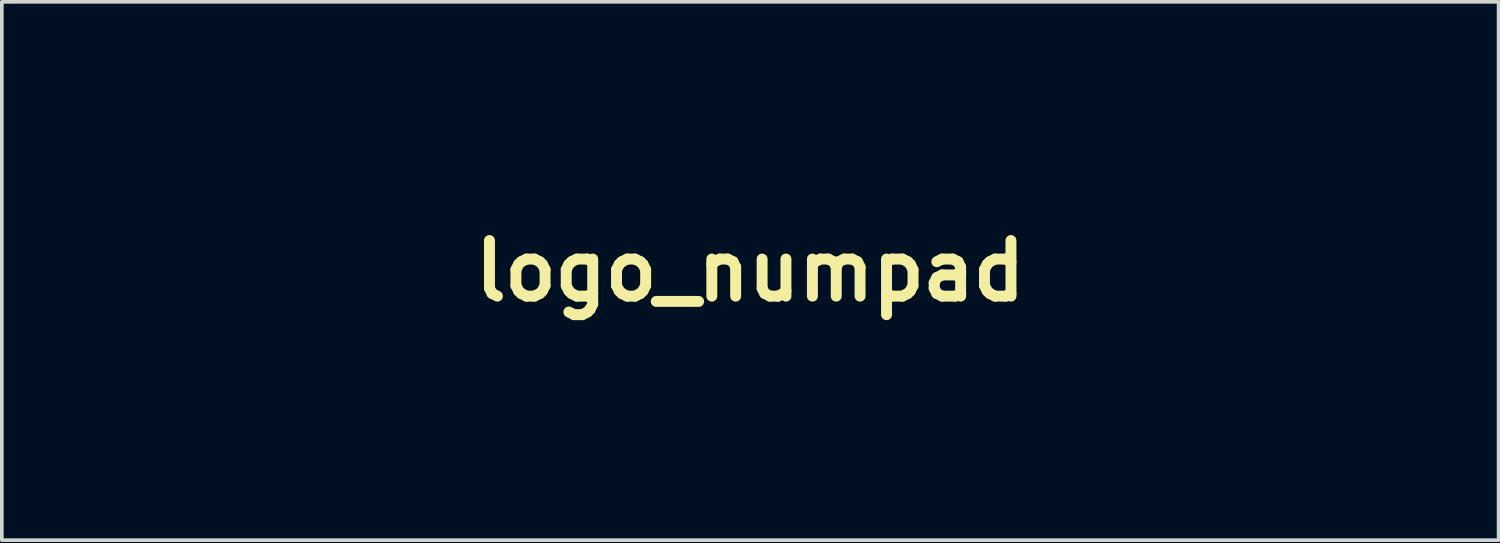
<source format=kicad_pcb>
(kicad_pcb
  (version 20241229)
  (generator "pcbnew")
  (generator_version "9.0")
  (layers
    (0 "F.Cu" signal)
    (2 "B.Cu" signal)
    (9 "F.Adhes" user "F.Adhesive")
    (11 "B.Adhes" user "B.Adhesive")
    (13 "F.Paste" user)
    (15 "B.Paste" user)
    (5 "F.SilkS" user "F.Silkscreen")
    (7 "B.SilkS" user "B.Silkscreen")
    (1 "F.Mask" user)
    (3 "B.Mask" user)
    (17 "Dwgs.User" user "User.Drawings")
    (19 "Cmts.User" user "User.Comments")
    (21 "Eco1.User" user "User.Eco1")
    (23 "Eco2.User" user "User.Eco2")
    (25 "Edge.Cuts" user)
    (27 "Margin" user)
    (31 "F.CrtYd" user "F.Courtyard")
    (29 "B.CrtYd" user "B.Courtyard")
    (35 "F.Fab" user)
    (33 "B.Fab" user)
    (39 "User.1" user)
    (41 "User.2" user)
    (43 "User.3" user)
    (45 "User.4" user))
  (footprint "logo_numpad"
    (layer "F.Cu")
    (at 17.517 4.379)
    (property "Reference" "logo_numpad" (at 0 0 0) (layer "F.SilkS") (effects (font (size 1.524 1.524) (thickness 0.3))))
    (attr board_only exclude_from_pos_files exclude_from_bom)
    (fp_poly (pts (xy -7.839 1.817) (xy -7.861 1.839) (xy -7.883 1.817) (xy -7.861 1.796)) (stroke (width 0) (type solid)) (fill yes) (layer "F.Mask"))
    (fp_poly (pts (xy -7.839 3.569) (xy -7.861 3.591) (xy -7.883 3.569) (xy -7.861 3.547)) (stroke (width 0) (type solid)) (fill yes) (layer "F.Mask"))
    (fp_poly (pts (xy -7.007 1.817) (xy -7.029 1.839) (xy -7.051 1.817) (xy -7.029 1.796)) (stroke (width 0) (type solid)) (fill yes) (layer "F.Mask"))
    (fp_poly (pts (xy -7.007 3.569) (xy -7.029 3.591) (xy -7.051 3.569) (xy -7.029 3.547)) (stroke (width 0) (type solid)) (fill yes) (layer "F.Mask"))
    (fp_poly (pts (xy -8.291 2.511) (xy -8.298 2.537) (xy -8.321 2.54) (xy -8.357 2.524) (xy -8.35 2.511) (xy -8.298 2.506)) (stroke (width 0) (type solid)) (fill yes) (layer "F.Mask"))
    (fp_poly (pts (xy -6.54 2.511) (xy -6.546 2.537) (xy -6.569 2.54) (xy -6.605 2.524) (xy -6.598 2.511) (xy -6.546 2.506)) (stroke (width 0) (type solid)) (fill yes) (layer "F.Mask"))
    (fp_poly (pts (xy -6.361 -1.472) (xy -6.357 -1.417) (xy -6.409 -1.341) (xy -6.453 -1.321) (xy -6.514 -1.331) (xy -6.518 -1.386) (xy -6.467 -1.461) (xy -6.422 -1.481)) (stroke (width 0) (type solid)) (fill yes) (layer "F.Mask"))
    (fp_poly (pts (xy -3.961 3.356) (xy -3.95 3.416) (xy -3.991 3.474) (xy -4.04 3.495) (xy -4.103 3.479) (xy -4.117 3.419) (xy -4.088 3.344) (xy -4.026 3.328)) (stroke (width 0) (type solid)) (fill yes) (layer "F.Mask"))
    (fp_poly (pts (xy -2.596 3.365) (xy -2.584 3.416) (xy -2.615 3.486) (xy -2.681 3.502) (xy -2.737 3.46) (xy -2.743 3.386) (xy -2.686 3.335) (xy -2.647 3.328)) (stroke (width 0) (type solid)) (fill yes) (layer "F.Mask"))
    (fp_poly (pts (xy -1.369 -3.311) (xy -1.365 -3.256) (xy -1.416 -3.181) (xy -1.461 -3.161) (xy -1.521 -3.17) (xy -1.525 -3.225) (xy -1.474 -3.301) (xy -1.43 -3.321)) (stroke (width 0) (type solid)) (fill yes) (layer "F.Mask"))
    (fp_poly (pts (xy -0.557 -0.608) (xy -0.554 -0.55) (xy -0.599 -0.499) (xy -0.628 -0.489) (xy -0.689 -0.498) (xy -0.693 -0.554) (xy -0.651 -0.622) (xy -0.613 -0.635)) (stroke (width 0) (type solid)) (fill yes) (layer "F.Mask"))
    (fp_poly (pts (xy 8.671 1.574) (xy 9.405 1.586) (xy 10.138 1.598) (xy 10.152 1.785) (xy 10.165 1.971) (xy 8.277 1.971) (xy 8.277 0.131) (xy 8.671 0.131)) (stroke (width 0) (type solid)) (fill yes) (layer "F.Mask"))
    (fp_poly (pts (xy 17.517 4.379) (xy -17.517 4.379) (xy -17.517 4.204) (xy -17.386 4.204) (xy 17.342 4.204) (xy 17.342 -4.248) (xy -17.386 -4.248) (xy -17.386 4.204) (xy -17.517 4.204) (xy -17.517 -4.379) (xy 17.517 -4.379)) (stroke (width 0) (type solid)) (fill yes) (layer "F.Mask"))
    (fp_poly (pts (xy -8.251 -3.454) (xy -8.237 -3.423) (xy -8.252 -3.346) (xy -8.284 -3.235) (xy -8.327 -3.125) (xy -8.37 -3.069) (xy -8.401 -3.076) (xy -8.408 -3.126) (xy -8.395 -3.261) (xy -8.361 -3.379) (xy -8.316 -3.45) (xy -8.293 -3.46)) (stroke (width 0) (type solid)) (fill yes) (layer "F.Mask"))
    (fp_poly (pts (xy -3.324 3.337) (xy -3.138 3.347) (xy -3.024 3.362) (xy -2.969 3.386) (xy -2.956 3.416) (xy -2.973 3.449) (xy -3.035 3.471) (xy -3.156 3.486) (xy -3.336 3.494) (xy -3.551 3.495) (xy -3.69 3.482) (xy -3.746 3.457) (xy -3.757 3.397) (xy -3.698 3.357) (xy -3.563 3.338) (xy -3.348 3.337)) (stroke (width 0) (type solid)) (fill yes) (layer "F.Mask"))
    (fp_poly (pts (xy 5.343 -1.621) (xy 5.332 -1.516) (xy 5.292 -1.448) (xy 5.206 -1.412) (xy 5.062 -1.401) (xy 4.864 -1.408) (xy 4.598 -1.423) (xy 4.598 -0.69) (xy 4.598 0.044) (xy 4.204 0.044) (xy 4.204 -1.398) (xy 3.843 -1.411) (xy 3.482 -1.423) (xy 3.468 -1.609) (xy 3.455 -1.796) (xy 5.343 -1.796)) (stroke (width 0) (type solid)) (fill yes) (layer "F.Mask"))
    (fp_poly (pts (xy -3.113 1.973) (xy -3.094 2.049) (xy -3.114 2.182) (xy -3.173 2.38) (xy -3.273 2.648) (xy -3.291 2.693) (xy -3.399 2.943) (xy -3.49 3.11) (xy -3.564 3.193) (xy -3.623 3.194) (xy -3.661 3.135) (xy -3.656 3.07) (xy -3.622 2.942) (xy -3.565 2.767) (xy -3.49 2.563) (xy -3.469 2.507) (xy -3.374 2.272) (xy -3.302 2.11) (xy -3.246 2.009) (xy -3.2 1.959) (xy -3.169 1.949)) (stroke (width 0) (type solid)) (fill yes) (layer "F.Mask"))
    (fp_poly (pts (xy -6.408 -1.206) (xy -6.394 -1.166) (xy -6.402 -1.092) (xy -6.422 -0.965) (xy -6.438 -0.874) (xy -6.46 -0.721) (xy -6.453 -0.636) (xy -6.432 -0.61) (xy -6.405 -0.553) (xy -6.413 -0.53) (xy -6.473 -0.489) (xy -6.551 -0.486) (xy -6.606 -0.519) (xy -6.613 -0.541) (xy -6.605 -0.616) (xy -6.585 -0.743) (xy -6.569 -0.834) (xy -6.547 -0.981) (xy -6.552 -1.065) (xy -6.58 -1.103) (xy -6.609 -1.142) (xy -6.569 -1.182) (xy -6.472 -1.222)) (stroke (width 0) (type solid)) (fill yes) (layer "F.Mask"))
    (fp_poly (pts (xy -1.415 -3.046) (xy -1.401 -3.006) (xy -1.409 -2.931) (xy -1.429 -2.804) (xy -1.446 -2.713) (xy -1.467 -2.561) (xy -1.46 -2.476) (xy -1.44 -2.449) (xy -1.412 -2.392) (xy -1.42 -2.37) (xy -1.481 -2.329) (xy -1.559 -2.325) (xy -1.614 -2.358) (xy -1.62 -2.381) (xy -1.613 -2.456) (xy -1.593 -2.582) (xy -1.576 -2.674) (xy -1.554 -2.821) (xy -1.559 -2.905) (xy -1.587 -2.942) (xy -1.617 -2.982) (xy -1.577 -3.021) (xy -1.48 -3.062)) (stroke (width 0) (type solid)) (fill yes) (layer "F.Mask"))
    (fp_poly (pts (xy 12.919 0.813) (xy 13.281 1.495) (xy 13.443 1.196) (xy 13.541 1.016) (xy 13.659 0.798) (xy 13.777 0.58) (xy 13.812 0.515) (xy 14.018 0.131) (xy 14.408 0.131) (xy 14.408 1.971) (xy 14.017 1.971) (xy 14.004 1.456) (xy 13.992 0.942) (xy 13.73 1.456) (xy 13.468 1.971) (xy 13.095 1.971) (xy 12.834 1.456) (xy 12.573 0.942) (xy 12.571 1.828) (xy 12.569 2.715) (xy 12.174 2.715) (xy 12.174 0.131) (xy 12.558 0.131)) (stroke (width 0) (type solid)) (fill yes) (layer "F.Mask"))
    (fp_poly (pts (xy 13.478 -1.347) (xy 13.466 0.022) (xy 13.285 0.035) (xy 13.103 0.048) (xy 12.562 -0.577) (xy 12.021 -1.202) (xy 12.009 -0.207) (xy 11.998 0.788) (xy 11.831 0.788) (xy 11.715 0.781) (xy 11.641 0.764) (xy 11.634 0.759) (xy 11.627 0.709) (xy 11.62 0.583) (xy 11.614 0.392) (xy 11.61 0.148) (xy 11.607 -0.14) (xy 11.605 -0.459) (xy 11.605 -0.533) (xy 11.605 -1.796) (xy 11.813 -1.793) (xy 12.021 -1.79) (xy 13.072 -0.552) (xy 13.084 -1.633) (xy 13.096 -2.715) (xy 13.49 -2.715)) (stroke (width 0) (type solid)) (fill yes) (layer "F.Mask"))
    (fp_poly (pts (xy -15.157 -3.005) (xy -15.152 -2.973) (xy -15.171 -2.905) (xy -15.239 -2.903) (xy -15.243 -2.904) (xy -15.331 -2.885) (xy -15.414 -2.795) (xy -15.482 -2.648) (xy -15.52 -2.493) (xy -15.556 -2.367) (xy -15.611 -2.321) (xy -15.618 -2.321) (xy -15.664 -2.339) (xy -15.67 -2.406) (xy -15.66 -2.463) (xy -15.62 -2.679) (xy -15.6 -2.822) (xy -15.601 -2.903) (xy -15.621 -2.933) (xy -15.629 -2.934) (xy -15.675 -2.956) (xy -15.66 -3.003) (xy -15.602 -3.041) (xy -15.513 -3.035) (xy -15.477 -3.002) (xy -15.43 -2.956) (xy -15.384 -2.985) (xy -15.372 -2.999) (xy -15.289 -3.058) (xy -15.207 -3.059)) (stroke (width 0) (type solid)) (fill yes) (layer "F.Mask"))
    (fp_poly (pts (xy -12.442 2.512) (xy -12.437 2.545) (xy -12.455 2.613) (xy -12.524 2.615) (xy -12.528 2.614) (xy -12.616 2.633) (xy -12.699 2.723) (xy -12.767 2.87) (xy -12.805 3.025) (xy -12.841 3.151) (xy -12.896 3.197) (xy -12.903 3.197) (xy -12.949 3.179) (xy -12.955 3.112) (xy -12.945 3.055) (xy -12.905 2.839) (xy -12.885 2.696) (xy -12.886 2.615) (xy -12.906 2.585) (xy -12.913 2.584) (xy -12.96 2.562) (xy -12.945 2.515) (xy -12.887 2.477) (xy -12.798 2.483) (xy -12.762 2.516) (xy -12.715 2.562) (xy -12.669 2.533) (xy -12.657 2.519) (xy -12.573 2.459) (xy -12.492 2.459)) (stroke (width 0) (type solid)) (fill yes) (layer "F.Mask"))
    (fp_poly (pts (xy -5.61 -3.005) (xy -5.606 -2.973) (xy -5.624 -2.905) (xy -5.692 -2.903) (xy -5.696 -2.904) (xy -5.784 -2.885) (xy -5.867 -2.795) (xy -5.935 -2.648) (xy -5.973 -2.493) (xy -6.009 -2.367) (xy -6.064 -2.321) (xy -6.071 -2.321) (xy -6.117 -2.339) (xy -6.123 -2.406) (xy -6.113 -2.463) (xy -6.073 -2.679) (xy -6.053 -2.822) (xy -6.054 -2.903) (xy -6.074 -2.933) (xy -6.082 -2.934) (xy -6.128 -2.956) (xy -6.113 -3.003) (xy -6.056 -3.041) (xy -5.966 -3.035) (xy -5.93 -3.002) (xy -5.883 -2.956) (xy -5.837 -2.985) (xy -5.825 -2.999) (xy -5.742 -3.058) (xy -5.66 -3.059)) (stroke (width 0) (type solid)) (fill yes) (layer "F.Mask"))
    (fp_poly (pts (xy -3.639 -1.166) (xy -3.635 -1.134) (xy -3.653 -1.066) (xy -3.722 -1.064) (xy -3.725 -1.064) (xy -3.813 -1.046) (xy -3.897 -0.956) (xy -3.965 -0.809) (xy -4.003 -0.654) (xy -4.038 -0.528) (xy -4.094 -0.482) (xy -4.101 -0.482) (xy -4.146 -0.499) (xy -4.152 -0.567) (xy -4.143 -0.624) (xy -4.102 -0.84) (xy -4.083 -0.983) (xy -4.083 -1.063) (xy -4.103 -1.094) (xy -4.111 -1.095) (xy -4.158 -1.117) (xy -4.143 -1.164) (xy -4.085 -1.202) (xy -3.996 -1.195) (xy -3.959 -1.162) (xy -3.912 -1.117) (xy -3.866 -1.146) (xy -3.854 -1.16) (xy -3.771 -1.219) (xy -3.689 -1.22)) (stroke (width 0) (type solid)) (fill yes) (layer "F.Mask"))
    (fp_poly (pts (xy -1.012 0.673) (xy -1.007 0.706) (xy -1.025 0.774) (xy -1.094 0.776) (xy -1.098 0.775) (xy -1.186 0.793) (xy -1.269 0.884) (xy -1.337 1.03) (xy -1.375 1.186) (xy -1.411 1.312) (xy -1.466 1.357) (xy -1.473 1.358) (xy -1.519 1.34) (xy -1.525 1.273) (xy -1.515 1.215) (xy -1.475 0.999) (xy -1.455 0.857) (xy -1.456 0.776) (xy -1.476 0.746) (xy -1.483 0.744) (xy -1.53 0.722) (xy -1.515 0.675) (xy -1.457 0.637) (xy -1.368 0.644) (xy -1.332 0.677) (xy -1.285 0.723) (xy -1.239 0.693) (xy -1.227 0.679) (xy -1.143 0.62) (xy -1.062 0.619)) (stroke (width 0) (type solid)) (fill yes) (layer "F.Mask"))
    (fp_poly (pts (xy -5.743 -1.198) (xy -5.664 -1.124) (xy -5.649 -1.064) (xy -5.676 -1.013) (xy -5.737 -1.021) (xy -5.801 -1.078) (xy -5.878 -1.132) (xy -5.963 -1.114) (xy -6.042 -1.038) (xy -6.102 -0.918) (xy -6.13 -0.769) (xy -6.131 -0.743) (xy -6.112 -0.642) (xy -6.043 -0.593) (xy -6.026 -0.588) (xy -5.906 -0.586) (xy -5.831 -0.609) (xy -5.736 -0.651) (xy -5.705 -0.645) (xy -5.746 -0.593) (xy -5.775 -0.568) (xy -5.9 -0.502) (xy -6.041 -0.483) (xy -6.157 -0.515) (xy -6.214 -0.577) (xy -6.259 -0.648) (xy -6.287 -0.787) (xy -6.249 -0.936) (xy -6.161 -1.074) (xy -6.037 -1.178) (xy -5.892 -1.225) (xy -5.871 -1.226)) (stroke (width 0) (type solid)) (fill yes) (layer "F.Mask"))
    (fp_poly (pts (xy -2.415 -3.037) (xy -2.336 -2.963) (xy -2.321 -2.903) (xy -2.348 -2.852) (xy -2.409 -2.86) (xy -2.473 -2.918) (xy -2.55 -2.971) (xy -2.634 -2.953) (xy -2.714 -2.877) (xy -2.774 -2.758) (xy -2.802 -2.608) (xy -2.803 -2.583) (xy -2.784 -2.481) (xy -2.715 -2.433) (xy -2.697 -2.428) (xy -2.578 -2.425) (xy -2.503 -2.449) (xy -2.407 -2.491) (xy -2.377 -2.484) (xy -2.418 -2.432) (xy -2.446 -2.407) (xy -2.572 -2.342) (xy -2.713 -2.322) (xy -2.829 -2.355) (xy -2.886 -2.416) (xy -2.93 -2.487) (xy -2.959 -2.626) (xy -2.921 -2.776) (xy -2.833 -2.914) (xy -2.709 -3.017) (xy -2.564 -3.065) (xy -2.543 -3.066)) (stroke (width 0) (type solid)) (fill yes) (layer "F.Mask"))
    (fp_poly (pts (xy -15.239 2.465) (xy -15.121 2.532) (xy -15.043 2.651) (xy -15.021 2.785) (xy -15.06 2.948) (xy -15.162 3.079) (xy -15.306 3.166) (xy -15.469 3.197) (xy -15.631 3.157) (xy -15.648 3.148) (xy -15.747 3.044) (xy -15.781 2.898) (xy -15.777 2.88) (xy -15.634 2.88) (xy -15.605 3.02) (xy -15.527 3.095) (xy -15.417 3.1) (xy -15.291 3.03) (xy -15.26 3.002) (xy -15.185 2.897) (xy -15.152 2.79) (xy -15.152 2.786) (xy -15.184 2.666) (xy -15.262 2.574) (xy -15.355 2.54) (xy -15.449 2.577) (xy -15.543 2.669) (xy -15.613 2.785) (xy -15.634 2.88) (xy -15.777 2.88) (xy -15.748 2.741) (xy -15.65 2.588) (xy -15.521 2.492) (xy -15.378 2.451)) (stroke (width 0) (type solid)) (fill yes) (layer "F.Mask"))
    (fp_poly (pts (xy -13.706 -3.053) (xy -13.588 -2.986) (xy -13.51 -2.867) (xy -13.488 -2.733) (xy -13.527 -2.57) (xy -13.629 -2.439) (xy -13.773 -2.352) (xy -13.937 -2.321) (xy -14.098 -2.36) (xy -14.115 -2.37) (xy -14.215 -2.474) (xy -14.249 -2.62) (xy -14.245 -2.638) (xy -14.101 -2.638) (xy -14.072 -2.498) (xy -13.994 -2.423) (xy -13.884 -2.418) (xy -13.758 -2.488) (xy -13.727 -2.516) (xy -13.653 -2.621) (xy -13.62 -2.728) (xy -13.62 -2.732) (xy -13.651 -2.852) (xy -13.73 -2.944) (xy -13.822 -2.978) (xy -13.916 -2.941) (xy -14.01 -2.849) (xy -14.08 -2.733) (xy -14.101 -2.638) (xy -14.245 -2.638) (xy -14.215 -2.777) (xy -14.118 -2.93) (xy -13.988 -3.026) (xy -13.845 -3.067)) (stroke (width 0) (type solid)) (fill yes) (layer "F.Mask"))
    (fp_poly (pts (xy -8.976 -1.214) (xy -8.859 -1.147) (xy -8.781 -1.028) (xy -8.759 -0.893) (xy -8.798 -0.731) (xy -8.9 -0.599) (xy -9.044 -0.512) (xy -9.207 -0.482) (xy -9.368 -0.521) (xy -9.385 -0.53) (xy -9.485 -0.635) (xy -9.519 -0.781) (xy -9.515 -0.799) (xy -9.372 -0.799) (xy -9.342 -0.659) (xy -9.265 -0.584) (xy -9.155 -0.578) (xy -9.028 -0.648) (xy -8.997 -0.677) (xy -8.923 -0.782) (xy -8.89 -0.888) (xy -8.89 -0.893) (xy -8.922 -1.013) (xy -9 -1.105) (xy -9.092 -1.139) (xy -9.186 -1.101) (xy -9.281 -1.01) (xy -9.35 -0.893) (xy -9.372 -0.799) (xy -9.515 -0.799) (xy -9.486 -0.938) (xy -9.388 -1.091) (xy -9.259 -1.187) (xy -9.116 -1.227)) (stroke (width 0) (type solid)) (fill yes) (layer "F.Mask"))
    (fp_poly (pts (xy -5.035 -3.053) (xy -4.917 -2.986) (xy -4.839 -2.867) (xy -4.817 -2.733) (xy -4.856 -2.57) (xy -4.958 -2.439) (xy -5.102 -2.352) (xy -5.266 -2.321) (xy -5.427 -2.36) (xy -5.444 -2.37) (xy -5.544 -2.474) (xy -5.578 -2.62) (xy -5.574 -2.638) (xy -5.43 -2.638) (xy -5.401 -2.498) (xy -5.323 -2.423) (xy -5.213 -2.418) (xy -5.087 -2.488) (xy -5.056 -2.516) (xy -4.982 -2.621) (xy -4.949 -2.728) (xy -4.949 -2.732) (xy -4.98 -2.852) (xy -5.059 -2.944) (xy -5.151 -2.978) (xy -5.245 -2.941) (xy -5.339 -2.849) (xy -5.409 -2.733) (xy -5.43 -2.638) (xy -5.574 -2.638) (xy -5.544 -2.777) (xy -5.447 -2.93) (xy -5.317 -3.026) (xy -5.174 -3.067)) (stroke (width 0) (type solid)) (fill yes) (layer "F.Mask"))
    (fp_poly (pts (xy -2.714 0.626) (xy -2.596 0.692) (xy -2.518 0.812) (xy -2.496 0.946) (xy -2.535 1.109) (xy -2.637 1.24) (xy -2.781 1.327) (xy -2.945 1.357) (xy -3.106 1.318) (xy -3.123 1.309) (xy -3.222 1.205) (xy -3.257 1.059) (xy -3.253 1.04) (xy -3.109 1.04) (xy -3.08 1.18) (xy -3.002 1.256) (xy -2.892 1.261) (xy -2.766 1.191) (xy -2.735 1.163) (xy -2.661 1.058) (xy -2.628 0.951) (xy -2.628 0.947) (xy -2.659 0.827) (xy -2.738 0.735) (xy -2.83 0.701) (xy -2.924 0.738) (xy -3.018 0.829) (xy -3.088 0.946) (xy -3.109 1.04) (xy -3.253 1.04) (xy -3.223 0.901) (xy -3.126 0.749) (xy -2.996 0.653) (xy -2.853 0.612)) (stroke (width 0) (type solid)) (fill yes) (layer "F.Mask"))
    (fp_poly (pts (xy -2.232 -1.19) (xy -2.199 -1.096) (xy -2.202 -0.966) (xy -2.236 -0.819) (xy -2.302 -0.679) (xy -2.349 -0.614) (xy -2.459 -0.524) (xy -2.582 -0.481) (xy -2.69 -0.491) (xy -2.745 -0.536) (xy -2.763 -0.606) (xy -2.776 -0.735) (xy -2.781 -0.887) (xy -2.777 -1.05) (xy -2.763 -1.145) (xy -2.732 -1.193) (xy -2.701 -1.209) (xy -2.635 -1.222) (xy -2.602 -1.198) (xy -2.597 -1.122) (xy -2.617 -0.981) (xy -2.627 -0.923) (xy -2.648 -0.776) (xy -2.656 -0.662) (xy -2.649 -0.612) (xy -2.583 -0.571) (xy -2.493 -0.605) (xy -2.407 -0.69) (xy -2.347 -0.786) (xy -2.328 -0.894) (xy -2.336 -1.018) (xy -2.346 -1.149) (xy -2.331 -1.213) (xy -2.3 -1.226)) (stroke (width 0) (type solid)) (fill yes) (layer "F.Mask"))
    (fp_poly (pts (xy -0.743 -3.053) (xy -0.626 -2.986) (xy -0.548 -2.867) (xy -0.526 -2.733) (xy -0.564 -2.57) (xy -0.667 -2.439) (xy -0.81 -2.352) (xy -0.974 -2.321) (xy -1.135 -2.36) (xy -1.152 -2.37) (xy -1.252 -2.474) (xy -1.286 -2.62) (xy -1.282 -2.638) (xy -1.139 -2.638) (xy -1.109 -2.498) (xy -1.032 -2.423) (xy -0.922 -2.418) (xy -0.795 -2.488) (xy -0.764 -2.516) (xy -0.69 -2.621) (xy -0.657 -2.728) (xy -0.657 -2.732) (xy -0.689 -2.852) (xy -0.767 -2.944) (xy -0.859 -2.978) (xy -0.953 -2.941) (xy -1.047 -2.849) (xy -1.117 -2.733) (xy -1.139 -2.638) (xy -1.282 -2.638) (xy -1.252 -2.777) (xy -1.155 -2.93) (xy -1.026 -3.026) (xy -0.882 -3.067)) (stroke (width 0) (type solid)) (fill yes) (layer "F.Mask"))
    (fp_poly (pts (xy -7.805 -3) (xy -7.779 -2.969) (xy -7.752 -2.89) (xy -7.785 -2.86) (xy -7.858 -2.892) (xy -7.881 -2.911) (xy -7.969 -2.96) (xy -8.034 -2.963) (xy -8.097 -2.91) (xy -8.083 -2.838) (xy -8 -2.761) (xy -7.938 -2.726) (xy -7.813 -2.644) (xy -7.76 -2.555) (xy -7.783 -2.454) (xy -7.869 -2.376) (xy -7.993 -2.332) (xy -8.132 -2.329) (xy -8.244 -2.368) (xy -8.305 -2.431) (xy -8.317 -2.498) (xy -8.278 -2.538) (xy -8.26 -2.54) (xy -8.184 -2.509) (xy -8.146 -2.474) (xy -8.055 -2.413) (xy -7.963 -2.437) (xy -7.932 -2.467) (xy -7.918 -2.516) (xy -7.963 -2.572) (xy -8.047 -2.632) (xy -8.177 -2.743) (xy -8.222 -2.855) (xy -8.182 -2.962) (xy -8.151 -2.995) (xy -8.039 -3.05) (xy -7.911 -3.051)) (stroke (width 0) (type solid)) (fill yes) (layer "F.Mask"))
    (fp_poly (pts (xy -7.411 -1.16) (xy -7.385 -1.13) (xy -7.358 -1.05) (xy -7.391 -1.021) (xy -7.464 -1.053) (xy -7.487 -1.071) (xy -7.575 -1.121) (xy -7.64 -1.123) (xy -7.703 -1.07) (xy -7.689 -0.998) (xy -7.606 -0.921) (xy -7.543 -0.887) (xy -7.419 -0.805) (xy -7.366 -0.716) (xy -7.389 -0.615) (xy -7.475 -0.537) (xy -7.599 -0.492) (xy -7.737 -0.49) (xy -7.85 -0.529) (xy -7.911 -0.591) (xy -7.923 -0.659) (xy -7.884 -0.699) (xy -7.866 -0.701) (xy -7.789 -0.67) (xy -7.751 -0.635) (xy -7.661 -0.574) (xy -7.569 -0.598) (xy -7.538 -0.628) (xy -7.524 -0.676) (xy -7.569 -0.733) (xy -7.653 -0.792) (xy -7.783 -0.904) (xy -7.828 -1.016) (xy -7.788 -1.123) (xy -7.757 -1.155) (xy -7.645 -1.211) (xy -7.517 -1.211)) (stroke (width 0) (type solid)) (fill yes) (layer "F.Mask"))
    (fp_poly (pts (xy -6.913 -1.43) (xy -6.906 -1.353) (xy -6.909 -1.336) (xy -6.909 -1.251) (xy -6.859 -1.226) (xy -6.859 -1.226) (xy -6.797 -1.204) (xy -6.788 -1.182) (xy -6.824 -1.146) (xy -6.87 -1.139) (xy -6.924 -1.119) (xy -6.959 -1.046) (xy -6.979 -0.935) (xy -7 -0.77) (xy -7.004 -0.674) (xy -6.985 -0.633) (xy -6.94 -0.629) (xy -6.897 -0.639) (xy -6.809 -0.652) (xy -6.796 -0.63) (xy -6.859 -0.581) (xy -6.917 -0.549) (xy -7.062 -0.489) (xy -7.148 -0.489) (xy -7.173 -0.55) (xy -7.167 -0.58) (xy -7.148 -0.681) (xy -7.125 -0.826) (xy -7.113 -0.909) (xy -7.1 -1.048) (xy -7.109 -1.119) (xy -7.142 -1.14) (xy -7.144 -1.14) (xy -7.165 -1.16) (xy -7.112 -1.216) (xy -7.031 -1.302) (xy -6.993 -1.369) (xy -6.95 -1.438)) (stroke (width 0) (type solid)) (fill yes) (layer "F.Mask"))
    (fp_poly (pts (xy -1.921 -3.27) (xy -1.913 -3.193) (xy -1.916 -3.175) (xy -1.916 -3.09) (xy -1.867 -3.066) (xy -1.866 -3.066) (xy -1.805 -3.043) (xy -1.796 -3.022) (xy -1.832 -2.985) (xy -1.877 -2.978) (xy -1.932 -2.958) (xy -1.966 -2.885) (xy -1.987 -2.775) (xy -2.008 -2.609) (xy -2.011 -2.514) (xy -1.993 -2.472) (xy -1.948 -2.469) (xy -1.905 -2.478) (xy -1.816 -2.491) (xy -1.804 -2.469) (xy -1.866 -2.42) (xy -1.925 -2.388) (xy -2.07 -2.328) (xy -2.156 -2.329) (xy -2.18 -2.389) (xy -2.175 -2.42) (xy -2.155 -2.52) (xy -2.132 -2.665) (xy -2.121 -2.748) (xy -2.108 -2.887) (xy -2.117 -2.958) (xy -2.15 -2.979) (xy -2.151 -2.979) (xy -2.172 -2.999) (xy -2.119 -3.056) (xy -2.039 -3.141) (xy -2 -3.208) (xy -1.957 -3.278)) (stroke (width 0) (type solid)) (fill yes) (layer "F.Mask"))
    (fp_poly (pts (xy 9.372 -1.684) (xy 9.371 -1.352) (xy 9.369 -1.095) (xy 9.364 -0.902) (xy 9.355 -0.759) (xy 9.343 -0.656) (xy 9.325 -0.579) (xy 9.301 -0.517) (xy 9.288 -0.491) (xy 9.121 -0.253) (xy 8.908 -0.082) (xy 8.66 0.016) (xy 8.39 0.035) (xy 8.13 -0.02) (xy 7.904 -0.145) (xy 7.716 -0.335) (xy 7.615 -0.504) (xy 7.579 -0.599) (xy 7.555 -0.714) (xy 7.541 -0.868) (xy 7.534 -1.078) (xy 7.533 -1.237) (xy 7.532 -1.796) (xy 7.927 -1.796) (xy 7.927 -1.268) (xy 7.93 -1.004) (xy 7.943 -0.814) (xy 7.966 -0.683) (xy 7.993 -0.612) (xy 8.112 -0.469) (xy 8.276 -0.382) (xy 8.464 -0.354) (xy 8.652 -0.387) (xy 8.817 -0.483) (xy 8.856 -0.522) (xy 8.978 -0.658) (xy 8.978 -2.715) (xy 9.372 -2.715)) (stroke (width 0) (type solid)) (fill yes) (layer "F.Mask"))
    (fp_poly (pts (xy -3.564 1.979) (xy -3.561 1.982) (xy -3.538 2.022) (xy -3.538 2.088) (xy -3.564 2.195) (xy -3.618 2.361) (xy -3.651 2.454) (xy -3.747 2.719) (xy -3.819 2.912) (xy -3.875 3.045) (xy -3.92 3.129) (xy -3.961 3.174) (xy -4.002 3.193) (xy -4.043 3.197) (xy -4.144 3.176) (xy -4.194 3.142) (xy -4.225 3.082) (xy -4.278 2.956) (xy -4.345 2.784) (xy -4.42 2.583) (xy -4.425 2.57) (xy -4.502 2.354) (xy -4.551 2.204) (xy -4.575 2.106) (xy -4.577 2.044) (xy -4.56 2.003) (xy -4.542 1.983) (xy -4.484 1.943) (xy -4.429 1.954) (xy -4.373 2.023) (xy -4.31 2.159) (xy -4.234 2.369) (xy -4.203 2.462) (xy -4.056 2.911) (xy -3.902 2.442) (xy -3.819 2.206) (xy -3.749 2.048) (xy -3.686 1.963) (xy -3.626 1.942)) (stroke (width 0) (type solid)) (fill yes) (layer "F.Mask"))
    (fp_poly (pts (xy 11.188 0.093) (xy 11.204 0.131) (xy 11.235 0.202) (xy 11.299 0.339) (xy 11.388 0.527) (xy 11.496 0.755) (xy 11.618 1.009) (xy 11.665 1.106) (xy 12.083 1.971) (xy 11.855 1.971) (xy 11.627 1.971) (xy 11.411 1.5) (xy 11.325 1.313) (xy 11.25 1.156) (xy 11.196 1.045) (xy 11.17 0.998) (xy 11.143 1.023) (xy 11.087 1.114) (xy 11.011 1.257) (xy 10.922 1.439) (xy 10.908 1.469) (xy 10.671 1.971) (xy 10.459 1.971) (xy 10.337 1.965) (xy 10.26 1.952) (xy 10.248 1.943) (xy 10.265 1.898) (xy 10.315 1.789) (xy 10.389 1.627) (xy 10.482 1.427) (xy 10.588 1.203) (xy 10.699 0.968) (xy 10.81 0.735) (xy 10.913 0.518) (xy 11.003 0.33) (xy 11.074 0.186) (xy 11.118 0.099) (xy 11.124 0.089) (xy 11.156 0.054)) (stroke (width 0) (type solid)) (fill yes) (layer "F.Mask"))
    (fp_poly (pts (xy -1.061 -1.645) (xy -1.058 -1.595) (xy -1.069 -1.478) (xy -1.089 -1.313) (xy -1.111 -1.165) (xy -1.147 -0.928) (xy -1.169 -0.764) (xy -1.177 -0.659) (xy -1.169 -0.601) (xy -1.146 -0.576) (xy -1.108 -0.569) (xy -1.095 -0.569) (xy -1.024 -0.551) (xy -1.007 -0.526) (xy -1.047 -0.503) (xy -1.154 -0.487) (xy -1.292 -0.482) (xy -1.437 -0.487) (xy -1.539 -0.502) (xy -1.577 -0.522) (xy -1.539 -0.56) (xy -1.478 -0.577) (xy -1.413 -0.612) (xy -1.359 -0.702) (xy -1.313 -0.857) (xy -1.271 -1.086) (xy -1.253 -1.215) (xy -1.238 -1.349) (xy -1.243 -1.417) (xy -1.275 -1.442) (xy -1.334 -1.445) (xy -1.417 -1.46) (xy -1.445 -1.489) (xy -1.411 -1.53) (xy -1.39 -1.533) (xy -1.315 -1.552) (xy -1.211 -1.598) (xy -1.209 -1.6) (xy -1.116 -1.639) (xy -1.062 -1.646)) (stroke (width 0) (type solid)) (fill yes) (layer "F.Mask"))
    (fp_poly (pts (xy 0.341 -1.645) (xy 0.343 -1.595) (xy 0.333 -1.478) (xy 0.312 -1.313) (xy 0.29 -1.165) (xy 0.254 -0.928) (xy 0.232 -0.764) (xy 0.225 -0.659) (xy 0.232 -0.601) (xy 0.255 -0.576) (xy 0.294 -0.569) (xy 0.307 -0.569) (xy 0.378 -0.551) (xy 0.394 -0.526) (xy 0.354 -0.503) (xy 0.247 -0.487) (xy 0.109 -0.482) (xy -0.035 -0.487) (xy -0.138 -0.502) (xy -0.175 -0.522) (xy -0.138 -0.56) (xy -0.077 -0.577) (xy -0.011 -0.612) (xy 0.043 -0.702) (xy 0.089 -0.857) (xy 0.13 -1.086) (xy 0.148 -1.215) (xy 0.163 -1.349) (xy 0.159 -1.417) (xy 0.126 -1.442) (xy 0.067 -1.445) (xy -0.016 -1.46) (xy -0.044 -1.489) (xy -0.009 -1.53) (xy 0.011 -1.533) (xy 0.086 -1.552) (xy 0.19 -1.598) (xy 0.193 -1.6) (xy 0.285 -1.639) (xy 0.339 -1.646)) (stroke (width 0) (type solid)) (fill yes) (layer "F.Mask"))
    (fp_poly (pts (xy -15.309 -1.204) (xy -15.305 -1.119) (xy -15.324 -0.962) (xy -15.331 -0.921) (xy -15.352 -0.737) (xy -15.341 -0.625) (xy -15.294 -0.579) (xy -15.209 -0.587) (xy -15.207 -0.588) (xy -15.13 -0.651) (xy -15.053 -0.779) (xy -14.988 -0.95) (xy -14.954 -1.084) (xy -14.915 -1.189) (xy -14.86 -1.226) (xy -14.814 -1.203) (xy -14.819 -1.122) (xy -14.82 -1.117) (xy -14.862 -0.916) (xy -14.88 -0.755) (xy -14.873 -0.649) (xy -14.842 -0.613) (xy -14.815 -0.596) (xy -14.858 -0.54) (xy -14.861 -0.536) (xy -14.923 -0.485) (xy -14.964 -0.497) (xy -14.996 -0.537) (xy -15.047 -0.589) (xy -15.091 -0.568) (xy -15.108 -0.548) (xy -15.197 -0.494) (xy -15.312 -0.485) (xy -15.414 -0.518) (xy -15.452 -0.558) (xy -15.477 -0.658) (xy -15.483 -0.799) (xy -15.474 -0.954) (xy -15.45 -1.093) (xy -15.415 -1.185) (xy -15.399 -1.203) (xy -15.339 -1.229)) (stroke (width 0) (type solid)) (fill yes) (layer "F.Mask"))
    (fp_poly (pts (xy -15.309 0.635) (xy -15.305 0.72) (xy -15.324 0.878) (xy -15.331 0.918) (xy -15.352 1.103) (xy -15.341 1.214) (xy -15.294 1.261) (xy -15.209 1.252) (xy -15.207 1.251) (xy -15.13 1.189) (xy -15.053 1.061) (xy -14.988 0.89) (xy -14.954 0.755) (xy -14.915 0.65) (xy -14.86 0.613) (xy -14.814 0.636) (xy -14.819 0.718) (xy -14.82 0.723) (xy -14.862 0.924) (xy -14.88 1.084) (xy -14.873 1.19) (xy -14.842 1.226) (xy -14.815 1.243) (xy -14.858 1.299) (xy -14.861 1.303) (xy -14.923 1.355) (xy -14.964 1.342) (xy -14.996 1.302) (xy -15.047 1.251) (xy -15.091 1.272) (xy -15.108 1.291) (xy -15.197 1.345) (xy -15.312 1.355) (xy -15.414 1.322) (xy -15.452 1.281) (xy -15.477 1.182) (xy -15.483 1.04) (xy -15.474 0.885) (xy -15.45 0.747) (xy -15.415 0.654) (xy -15.399 0.637) (xy -15.339 0.611)) (stroke (width 0) (type solid)) (fill yes) (layer "F.Mask"))
    (fp_poly (pts (xy -14.871 -3.044) (xy -14.867 -2.958) (xy -14.886 -2.801) (xy -14.893 -2.761) (xy -14.914 -2.576) (xy -14.903 -2.465) (xy -14.856 -2.418) (xy -14.771 -2.427) (xy -14.769 -2.427) (xy -14.692 -2.49) (xy -14.615 -2.618) (xy -14.55 -2.789) (xy -14.516 -2.923) (xy -14.477 -3.028) (xy -14.422 -3.066) (xy -14.376 -3.042) (xy -14.381 -2.961) (xy -14.382 -2.956) (xy -14.424 -2.755) (xy -14.442 -2.594) (xy -14.435 -2.489) (xy -14.404 -2.452) (xy -14.377 -2.436) (xy -14.42 -2.379) (xy -14.423 -2.376) (xy -14.485 -2.324) (xy -14.526 -2.337) (xy -14.558 -2.376) (xy -14.609 -2.428) (xy -14.653 -2.407) (xy -14.67 -2.387) (xy -14.759 -2.334) (xy -14.874 -2.324) (xy -14.976 -2.357) (xy -15.014 -2.398) (xy -15.039 -2.497) (xy -15.046 -2.639) (xy -15.036 -2.794) (xy -15.012 -2.932) (xy -14.977 -3.025) (xy -14.961 -3.042) (xy -14.901 -3.068)) (stroke (width 0) (type solid)) (fill yes) (layer "F.Mask"))
    (fp_poly (pts (xy -3.572 -3.044) (xy -3.568 -2.958) (xy -3.588 -2.801) (xy -3.594 -2.761) (xy -3.615 -2.576) (xy -3.604 -2.465) (xy -3.558 -2.418) (xy -3.472 -2.427) (xy -3.47 -2.427) (xy -3.394 -2.49) (xy -3.317 -2.618) (xy -3.251 -2.789) (xy -3.218 -2.923) (xy -3.178 -3.028) (xy -3.123 -3.066) (xy -3.077 -3.042) (xy -3.082 -2.961) (xy -3.084 -2.956) (xy -3.126 -2.755) (xy -3.144 -2.594) (xy -3.137 -2.489) (xy -3.106 -2.452) (xy -3.078 -2.436) (xy -3.121 -2.379) (xy -3.124 -2.376) (xy -3.186 -2.324) (xy -3.228 -2.337) (xy -3.259 -2.376) (xy -3.31 -2.428) (xy -3.354 -2.407) (xy -3.372 -2.387) (xy -3.461 -2.334) (xy -3.576 -2.324) (xy -3.677 -2.357) (xy -3.715 -2.398) (xy -3.74 -2.497) (xy -3.747 -2.639) (xy -3.737 -2.794) (xy -3.714 -2.932) (xy -3.679 -3.025) (xy -3.662 -3.042) (xy -3.603 -3.068)) (stroke (width 0) (type solid)) (fill yes) (layer "F.Mask"))
    (fp_poly (pts (xy -8.435 0.243) (xy -8.308 0.307) (xy -8.24 0.397) (xy -8.233 0.438) (xy -8.255 0.527) (xy -8.304 0.543) (xy -8.356 0.481) (xy -8.362 0.467) (xy -8.441 0.363) (xy -8.562 0.317) (xy -8.704 0.325) (xy -8.847 0.384) (xy -8.97 0.491) (xy -9.024 0.574) (xy -9.093 0.772) (xy -9.101 0.954) (xy -9.054 1.105) (xy -8.957 1.211) (xy -8.817 1.259) (xy -8.724 1.255) (xy -8.577 1.21) (xy -8.445 1.14) (xy -8.443 1.139) (xy -8.36 1.084) (xy -8.326 1.085) (xy -8.321 1.116) (xy -8.36 1.194) (xy -8.462 1.268) (xy -8.601 1.326) (xy -8.753 1.356) (xy -8.791 1.357) (xy -8.949 1.337) (xy -9.081 1.263) (xy -9.117 1.232) (xy -9.204 1.141) (xy -9.246 1.05) (xy -9.257 0.917) (xy -9.257 0.89) (xy -9.219 0.647) (xy -9.112 0.45) (xy -8.945 0.307) (xy -8.729 0.23) (xy -8.598 0.219)) (stroke (width 0) (type solid)) (fill yes) (layer "F.Mask"))
    (fp_poly (pts (xy -12.709 -3.043) (xy -12.67 -3.011) (xy -12.652 -2.941) (xy -12.639 -2.813) (xy -12.634 -2.66) (xy -12.638 -2.497) (xy -12.653 -2.402) (xy -12.683 -2.354) (xy -12.714 -2.338) (xy -12.789 -2.325) (xy -12.812 -2.331) (xy -12.814 -2.38) (xy -12.802 -2.49) (xy -12.782 -2.623) (xy -12.758 -2.808) (xy -12.77 -2.921) (xy -12.819 -2.968) (xy -12.91 -2.959) (xy -12.915 -2.957) (xy -13.016 -2.882) (xy -13.1 -2.736) (xy -13.158 -2.534) (xy -13.164 -2.501) (xy -13.197 -2.379) (xy -13.243 -2.323) (xy -13.253 -2.321) (xy -13.308 -2.342) (xy -13.313 -2.357) (xy -13.306 -2.416) (xy -13.286 -2.534) (xy -13.266 -2.648) (xy -13.242 -2.807) (xy -13.245 -2.899) (xy -13.268 -2.933) (xy -13.286 -2.977) (xy -13.245 -3.024) (xy -13.18 -3.06) (xy -13.128 -3.024) (xy -13.117 -3.009) (xy -13.067 -2.958) (xy -13.023 -2.981) (xy -13.007 -2.999) (xy -12.923 -3.049) (xy -12.81 -3.064)) (stroke (width 0) (type solid)) (fill yes) (layer "F.Mask"))
    (fp_poly (pts (xy -11.216 -3.452) (xy -11.172 -3.425) (xy -11.205 -3.376) (xy -11.231 -3.355) (xy -11.265 -3.293) (xy -11.303 -3.167) (xy -11.342 -3.004) (xy -11.376 -2.826) (xy -11.401 -2.658) (xy -11.413 -2.524) (xy -11.405 -2.449) (xy -11.404 -2.446) (xy -11.346 -2.423) (xy -11.23 -2.419) (xy -11.083 -2.432) (xy -10.932 -2.46) (xy -10.875 -2.475) (xy -10.806 -2.486) (xy -10.797 -2.441) (xy -10.803 -2.413) (xy -10.82 -2.371) (xy -10.856 -2.344) (xy -10.928 -2.329) (xy -11.052 -2.323) (xy -11.246 -2.321) (xy -11.265 -2.321) (xy -11.463 -2.322) (xy -11.586 -2.327) (xy -11.649 -2.339) (xy -11.664 -2.359) (xy -11.644 -2.392) (xy -11.643 -2.393) (xy -11.608 -2.468) (xy -11.57 -2.601) (xy -11.533 -2.769) (xy -11.501 -2.949) (xy -11.478 -3.119) (xy -11.467 -3.256) (xy -11.473 -3.338) (xy -11.478 -3.348) (xy -11.515 -3.411) (xy -11.476 -3.447) (xy -11.357 -3.46) (xy -11.342 -3.46)) (stroke (width 0) (type solid)) (fill yes) (layer "F.Mask"))
    (fp_poly (pts (xy -9.99 2.054) (xy -9.992 2.157) (xy -10.004 2.288) (xy -10.018 2.435) (xy -10.016 2.509) (xy -9.996 2.521) (xy -9.979 2.507) (xy -9.87 2.451) (xy -9.75 2.463) (xy -9.641 2.53) (xy -9.566 2.641) (xy -9.547 2.745) (xy -9.584 2.937) (xy -9.689 3.08) (xy -9.854 3.166) (xy -10.063 3.188) (xy -10.275 3.179) (xy -10.229 2.914) (xy -10.116 2.914) (xy -10.086 3.022) (xy -10.015 3.095) (xy -9.964 3.109) (xy -9.895 3.086) (xy -9.823 3.044) (xy -9.739 2.948) (xy -9.699 2.825) (xy -9.701 2.7) (xy -9.743 2.598) (xy -9.824 2.543) (xy -9.856 2.54) (xy -9.936 2.577) (xy -10.019 2.67) (xy -10.086 2.789) (xy -10.116 2.906) (xy -10.116 2.914) (xy -10.229 2.914) (xy -10.195 2.717) (xy -10.164 2.517) (xy -10.143 2.341) (xy -10.134 2.212) (xy -10.137 2.161) (xy -10.122 2.07) (xy -10.041 2.019) (xy -9.997 2.014)) (stroke (width 0) (type solid)) (fill yes) (layer "F.Mask"))
    (fp_poly (pts (xy -9.512 -1.615) (xy -9.475 -1.601) (xy -9.501 -1.57) (xy -9.515 -1.558) (xy -9.567 -1.48) (xy -9.615 -1.326) (xy -9.657 -1.111) (xy -9.685 -0.935) (xy -9.707 -0.793) (xy -9.72 -0.707) (xy -9.721 -0.691) (xy -9.751 -0.642) (xy -9.818 -0.571) (xy -9.941 -0.503) (xy -10.087 -0.484) (xy -10.219 -0.517) (xy -10.266 -0.551) (xy -10.323 -0.616) (xy -10.326 -0.672) (xy -10.29 -0.747) (xy -10.231 -0.804) (xy -10.153 -0.831) (xy -10.09 -0.822) (xy -10.072 -0.788) (xy -10.108 -0.75) (xy -10.141 -0.744) (xy -10.193 -0.718) (xy -10.193 -0.661) (xy -10.15 -0.603) (xy -10.091 -0.578) (xy -9.994 -0.599) (xy -9.933 -0.644) (xy -9.896 -0.717) (xy -9.858 -0.845) (xy -9.82 -1.006) (xy -9.789 -1.176) (xy -9.767 -1.332) (xy -9.759 -1.452) (xy -9.77 -1.513) (xy -9.772 -1.515) (xy -9.813 -1.563) (xy -9.776 -1.599) (xy -9.671 -1.618) (xy -9.624 -1.619)) (stroke (width 0) (type solid)) (fill yes) (layer "F.Mask"))
    (fp_poly (pts (xy -8.803 2.486) (xy -8.777 2.575) (xy -8.79 2.707) (xy -8.839 2.866) (xy -8.917 3.036) (xy -9.02 3.204) (xy -9.143 3.355) (xy -9.217 3.425) (xy -9.31 3.481) (xy -9.399 3.501) (xy -9.453 3.481) (xy -9.459 3.46) (xy -9.423 3.423) (xy -9.379 3.416) (xy -9.296 3.386) (xy -9.202 3.312) (xy -9.197 3.306) (xy -9.135 3.233) (xy -9.134 3.202) (xy -9.166 3.197) (xy -9.256 3.155) (xy -9.325 3.038) (xy -9.368 2.853) (xy -9.379 2.737) (xy -9.384 2.59) (xy -9.375 2.509) (xy -9.346 2.472) (xy -9.306 2.462) (xy -9.257 2.462) (xy -9.233 2.496) (xy -9.227 2.581) (xy -9.232 2.703) (xy -9.228 2.882) (xy -9.196 3.016) (xy -9.143 3.091) (xy -9.074 3.093) (xy -9.067 3.089) (xy -8.993 3.002) (xy -8.937 2.863) (xy -8.91 2.708) (xy -8.915 2.603) (xy -8.926 2.499) (xy -8.903 2.457) (xy -8.876 2.452)) (stroke (width 0) (type solid)) (fill yes) (layer "F.Mask"))
    (fp_poly (pts (xy -7.971 -1.193) (xy -7.944 -1.103) (xy -7.958 -0.972) (xy -8.006 -0.813) (xy -8.085 -0.642) (xy -8.188 -0.474) (xy -8.311 -0.323) (xy -8.385 -0.253) (xy -8.478 -0.197) (xy -8.567 -0.177) (xy -8.621 -0.198) (xy -8.627 -0.219) (xy -8.591 -0.256) (xy -8.547 -0.263) (xy -8.464 -0.293) (xy -8.37 -0.366) (xy -8.364 -0.372) (xy -8.302 -0.446) (xy -8.302 -0.477) (xy -8.334 -0.482) (xy -8.424 -0.523) (xy -8.493 -0.641) (xy -8.536 -0.825) (xy -8.547 -0.942) (xy -8.552 -1.089) (xy -8.543 -1.17) (xy -8.514 -1.206) (xy -8.474 -1.217) (xy -8.425 -1.216) (xy -8.401 -1.183) (xy -8.395 -1.098) (xy -8.4 -0.976) (xy -8.395 -0.796) (xy -8.364 -0.662) (xy -8.311 -0.588) (xy -8.242 -0.586) (xy -8.235 -0.59) (xy -8.161 -0.677) (xy -8.105 -0.815) (xy -8.078 -0.971) (xy -8.083 -1.075) (xy -8.094 -1.179) (xy -8.071 -1.222) (xy -8.044 -1.226)) (stroke (width 0) (type solid)) (fill yes) (layer "F.Mask"))
    (fp_poly (pts (xy -4.161 0.646) (xy -4.134 0.736) (xy -4.148 0.868) (xy -4.196 1.026) (xy -4.275 1.197) (xy -4.378 1.365) (xy -4.501 1.516) (xy -4.575 1.586) (xy -4.668 1.642) (xy -4.757 1.662) (xy -4.811 1.641) (xy -4.817 1.62) (xy -4.781 1.584) (xy -4.737 1.577) (xy -4.654 1.546) (xy -4.56 1.473) (xy -4.554 1.467) (xy -4.492 1.393) (xy -4.492 1.362) (xy -4.524 1.358) (xy -4.614 1.316) (xy -4.683 1.198) (xy -4.726 1.014) (xy -4.737 0.898) (xy -4.742 0.751) (xy -4.733 0.669) (xy -4.704 0.633) (xy -4.664 0.622) (xy -4.615 0.623) (xy -4.591 0.656) (xy -4.585 0.741) (xy -4.59 0.863) (xy -4.585 1.043) (xy -4.554 1.177) (xy -4.501 1.251) (xy -4.432 1.253) (xy -4.425 1.249) (xy -4.351 1.163) (xy -4.295 1.024) (xy -4.268 0.869) (xy -4.273 0.764) (xy -4.284 0.66) (xy -4.261 0.618) (xy -4.234 0.613)) (stroke (width 0) (type solid)) (fill yes) (layer "F.Mask"))
    (fp_poly (pts (xy -3.771 0.215) (xy -3.774 0.318) (xy -3.785 0.449) (xy -3.799 0.596) (xy -3.797 0.669) (xy -3.778 0.681) (xy -3.76 0.668) (xy -3.651 0.612) (xy -3.531 0.623) (xy -3.422 0.691) (xy -3.348 0.801) (xy -3.328 0.905) (xy -3.365 1.098) (xy -3.471 1.24) (xy -3.636 1.326) (xy -3.844 1.348) (xy -4.056 1.339) (xy -4.011 1.075) (xy -3.897 1.075) (xy -3.868 1.182) (xy -3.796 1.256) (xy -3.745 1.27) (xy -3.676 1.247) (xy -3.604 1.204) (xy -3.52 1.108) (xy -3.48 0.986) (xy -3.482 0.861) (xy -3.524 0.759) (xy -3.605 0.704) (xy -3.637 0.701) (xy -3.717 0.738) (xy -3.801 0.831) (xy -3.867 0.95) (xy -3.897 1.067) (xy -3.897 1.075) (xy -4.011 1.075) (xy -3.976 0.878) (xy -3.945 0.677) (xy -3.924 0.502) (xy -3.916 0.373) (xy -3.919 0.322) (xy -3.904 0.231) (xy -3.823 0.18) (xy -3.779 0.175)) (stroke (width 0) (type solid)) (fill yes) (layer "F.Mask"))
    (fp_poly (pts (xy 0.254 -3.043) (xy 0.293 -3.011) (xy 0.311 -2.941) (xy 0.324 -2.813) (xy 0.328 -2.66) (xy 0.325 -2.497) (xy 0.31 -2.402) (xy 0.28 -2.354) (xy 0.249 -2.338) (xy 0.174 -2.325) (xy 0.151 -2.331) (xy 0.149 -2.38) (xy 0.16 -2.49) (xy 0.181 -2.623) (xy 0.205 -2.808) (xy 0.193 -2.921) (xy 0.143 -2.968) (xy 0.052 -2.959) (xy 0.048 -2.957) (xy -0.054 -2.882) (xy -0.138 -2.736) (xy -0.196 -2.534) (xy -0.201 -2.501) (xy -0.235 -2.379) (xy -0.28 -2.323) (xy -0.29 -2.321) (xy -0.345 -2.342) (xy -0.35 -2.357) (xy -0.343 -2.416) (xy -0.324 -2.534) (xy -0.303 -2.648) (xy -0.28 -2.807) (xy -0.283 -2.899) (xy -0.305 -2.933) (xy -0.323 -2.977) (xy -0.282 -3.024) (xy -0.217 -3.06) (xy -0.166 -3.024) (xy -0.154 -3.009) (xy -0.105 -2.958) (xy -0.06 -2.981) (xy -0.044 -2.999) (xy 0.039 -3.049) (xy 0.153 -3.064)) (stroke (width 0) (type solid)) (fill yes) (layer "F.Mask"))
    (fp_poly (pts (xy -13.263 2.465) (xy -13.163 2.521) (xy -13.118 2.598) (xy -13.142 2.678) (xy -13.222 2.76) (xy -13.352 2.834) (xy -13.497 2.881) (xy -13.574 2.89) (xy -13.649 2.921) (xy -13.663 2.977) (xy -13.627 3.055) (xy -13.531 3.095) (xy -13.401 3.092) (xy -13.311 3.065) (xy -13.201 3.031) (xy -13.156 3.039) (xy -13.185 3.08) (xy -13.263 3.128) (xy -13.452 3.192) (xy -13.614 3.179) (xy -13.741 3.09) (xy -13.748 3.082) (xy -13.813 2.991) (xy -13.833 2.919) (xy -13.812 2.828) (xy -13.794 2.782) (xy -13.643 2.782) (xy -13.602 2.802) (xy -13.58 2.803) (xy -13.473 2.787) (xy -13.382 2.76) (xy -13.296 2.701) (xy -13.271 2.627) (xy -13.312 2.566) (xy -13.332 2.557) (xy -13.43 2.56) (xy -13.538 2.62) (xy -13.62 2.716) (xy -13.62 2.716) (xy -13.643 2.782) (xy -13.794 2.782) (xy -13.776 2.739) (xy -13.685 2.604) (xy -13.553 2.508) (xy -13.405 2.459)) (stroke (width 0) (type solid)) (fill yes) (layer "F.Mask"))
    (fp_poly (pts (xy -11.861 2.465) (xy -11.762 2.521) (xy -11.717 2.598) (xy -11.74 2.678) (xy -11.82 2.76) (xy -11.951 2.834) (xy -12.096 2.881) (xy -12.173 2.89) (xy -12.247 2.921) (xy -12.262 2.977) (xy -12.225 3.055) (xy -12.13 3.095) (xy -12 3.092) (xy -11.909 3.065) (xy -11.799 3.031) (xy -11.755 3.039) (xy -11.784 3.08) (xy -11.862 3.128) (xy -12.051 3.192) (xy -12.213 3.179) (xy -12.34 3.09) (xy -12.346 3.082) (xy -12.411 2.991) (xy -12.432 2.919) (xy -12.411 2.828) (xy -12.392 2.782) (xy -12.242 2.782) (xy -12.201 2.802) (xy -12.179 2.803) (xy -12.071 2.787) (xy -11.98 2.76) (xy -11.895 2.701) (xy -11.87 2.627) (xy -11.911 2.566) (xy -11.93 2.557) (xy -12.029 2.56) (xy -12.136 2.62) (xy -12.219 2.716) (xy -12.219 2.716) (xy -12.242 2.782) (xy -12.392 2.782) (xy -12.375 2.739) (xy -12.284 2.604) (xy -12.152 2.508) (xy -12.003 2.459)) (stroke (width 0) (type solid)) (fill yes) (layer "F.Mask"))
    (fp_poly (pts (xy -5.073 0.625) (xy -4.974 0.682) (xy -4.929 0.758) (xy -4.952 0.839) (xy -5.032 0.921) (xy -5.163 0.994) (xy -5.308 1.042) (xy -5.385 1.051) (xy -5.459 1.081) (xy -5.474 1.138) (xy -5.437 1.215) (xy -5.342 1.255) (xy -5.212 1.252) (xy -5.122 1.225) (xy -5.011 1.191) (xy -4.967 1.2) (xy -4.996 1.24) (xy -5.074 1.289) (xy -5.263 1.353) (xy -5.425 1.34) (xy -5.552 1.25) (xy -5.559 1.242) (xy -5.623 1.152) (xy -5.644 1.079) (xy -5.623 0.988) (xy -5.604 0.943) (xy -5.454 0.943) (xy -5.413 0.963) (xy -5.391 0.963) (xy -5.283 0.948) (xy -5.192 0.921) (xy -5.107 0.862) (xy -5.082 0.788) (xy -5.123 0.727) (xy -5.142 0.718) (xy -5.241 0.721) (xy -5.348 0.78) (xy -5.431 0.877) (xy -5.431 0.877) (xy -5.454 0.943) (xy -5.604 0.943) (xy -5.587 0.899) (xy -5.496 0.765) (xy -5.364 0.669) (xy -5.215 0.62)) (stroke (width 0) (type solid)) (fill yes) (layer "F.Mask"))
    (fp_poly (pts (xy -3.059 -1.214) (xy -2.959 -1.157) (xy -2.914 -1.081) (xy -2.938 -1) (xy -3.018 -0.919) (xy -3.148 -0.845) (xy -3.293 -0.797) (xy -3.371 -0.788) (xy -3.445 -0.758) (xy -3.46 -0.702) (xy -3.423 -0.624) (xy -3.327 -0.584) (xy -3.197 -0.587) (xy -3.107 -0.614) (xy -2.997 -0.648) (xy -2.952 -0.64) (xy -2.981 -0.599) (xy -3.059 -0.551) (xy -3.248 -0.486) (xy -3.41 -0.5) (xy -3.538 -0.589) (xy -3.544 -0.597) (xy -3.609 -0.688) (xy -3.629 -0.76) (xy -3.608 -0.851) (xy -3.59 -0.897) (xy -3.44 -0.897) (xy -3.398 -0.876) (xy -3.376 -0.876) (xy -3.269 -0.891) (xy -3.178 -0.919) (xy -3.093 -0.978) (xy -3.067 -1.051) (xy -3.108 -1.112) (xy -3.128 -1.121) (xy -3.226 -1.118) (xy -3.334 -1.059) (xy -3.416 -0.963) (xy -3.416 -0.962) (xy -3.44 -0.897) (xy -3.59 -0.897) (xy -3.573 -0.94) (xy -3.481 -1.074) (xy -3.35 -1.17) (xy -3.201 -1.22)) (stroke (width 0) (type solid)) (fill yes) (layer "F.Mask"))
    (fp_poly (pts (xy -11.939 -1.211) (xy -11.889 -1.18) (xy -11.839 -1.161) (xy -11.798 -1.186) (xy -11.756 -1.206) (xy -11.739 -1.169) (xy -11.746 -1.067) (xy -11.776 -0.889) (xy -11.779 -0.876) (xy -11.796 -0.736) (xy -11.784 -0.648) (xy -11.777 -0.637) (xy -11.739 -0.568) (xy -11.786 -0.517) (xy -11.81 -0.507) (xy -11.888 -0.509) (xy -11.917 -0.535) (xy -11.959 -0.568) (xy -12.006 -0.536) (xy -12.109 -0.489) (xy -12.239 -0.496) (xy -12.312 -0.526) (xy -12.392 -0.617) (xy -12.413 -0.731) (xy -12.276 -0.731) (xy -12.263 -0.681) (xy -12.199 -0.587) (xy -12.111 -0.578) (xy -12.061 -0.603) (xy -11.989 -0.686) (xy -11.938 -0.809) (xy -11.912 -0.942) (xy -11.918 -1.056) (xy -11.956 -1.117) (xy -12.049 -1.132) (xy -12.142 -1.081) (xy -12.22 -0.983) (xy -12.27 -0.86) (xy -12.276 -0.731) (xy -12.413 -0.731) (xy -12.416 -0.746) (xy -12.391 -0.891) (xy -12.326 -1.032) (xy -12.229 -1.147) (xy -12.108 -1.216) (xy -12.038 -1.226)) (stroke (width 0) (type solid)) (fill yes) (layer "F.Mask"))
    (fp_poly (pts (xy -11.939 0.628) (xy -11.889 0.659) (xy -11.839 0.679) (xy -11.798 0.654) (xy -11.756 0.634) (xy -11.739 0.67) (xy -11.746 0.773) (xy -11.776 0.95) (xy -11.779 0.963) (xy -11.796 1.103) (xy -11.784 1.191) (xy -11.777 1.202) (xy -11.739 1.271) (xy -11.786 1.322) (xy -11.81 1.332) (xy -11.888 1.33) (xy -11.917 1.305) (xy -11.959 1.271) (xy -12.006 1.303) (xy -12.109 1.351) (xy -12.239 1.343) (xy -12.312 1.313) (xy -12.392 1.222) (xy -12.413 1.108) (xy -12.276 1.108) (xy -12.263 1.158) (xy -12.199 1.252) (xy -12.111 1.262) (xy -12.061 1.236) (xy -11.989 1.154) (xy -11.938 1.031) (xy -11.912 0.897) (xy -11.918 0.784) (xy -11.956 0.722) (xy -12.049 0.707) (xy -12.142 0.759) (xy -12.22 0.856) (xy -12.27 0.979) (xy -12.276 1.108) (xy -12.413 1.108) (xy -12.416 1.093) (xy -12.391 0.948) (xy -12.326 0.807) (xy -12.229 0.692) (xy -12.108 0.623) (xy -12.038 0.613)) (stroke (width 0) (type solid)) (fill yes) (layer "F.Mask"))
    (fp_poly (pts (xy -10.188 -3.05) (xy -10.137 -3.02) (xy -10.087 -3) (xy -10.047 -3.025) (xy -10.004 -3.045) (xy -9.987 -3.008) (xy -9.994 -2.906) (xy -10.025 -2.728) (xy -10.027 -2.715) (xy -10.044 -2.575) (xy -10.033 -2.488) (xy -10.025 -2.477) (xy -9.987 -2.407) (xy -10.034 -2.357) (xy -10.058 -2.346) (xy -10.136 -2.349) (xy -10.166 -2.374) (xy -10.207 -2.407) (xy -10.255 -2.375) (xy -10.357 -2.328) (xy -10.488 -2.336) (xy -10.56 -2.366) (xy -10.641 -2.457) (xy -10.662 -2.57) (xy -10.524 -2.57) (xy -10.511 -2.52) (xy -10.447 -2.427) (xy -10.359 -2.417) (xy -10.309 -2.442) (xy -10.237 -2.525) (xy -10.186 -2.648) (xy -10.16 -2.781) (xy -10.166 -2.895) (xy -10.204 -2.956) (xy -10.298 -2.971) (xy -10.391 -2.92) (xy -10.469 -2.823) (xy -10.518 -2.699) (xy -10.524 -2.57) (xy -10.662 -2.57) (xy -10.664 -2.585) (xy -10.64 -2.731) (xy -10.574 -2.871) (xy -10.477 -2.987) (xy -10.356 -3.055) (xy -10.286 -3.066)) (stroke (width 0) (type solid)) (fill yes) (layer "F.Mask"))
    (fp_poly (pts (xy -1.911 0.628) (xy -1.86 0.659) (xy -1.811 0.679) (xy -1.77 0.654) (xy -1.728 0.634) (xy -1.71 0.67) (xy -1.717 0.773) (xy -1.748 0.95) (xy -1.75 0.963) (xy -1.767 1.103) (xy -1.756 1.191) (xy -1.748 1.202) (xy -1.711 1.271) (xy -1.757 1.322) (xy -1.781 1.332) (xy -1.86 1.33) (xy -1.889 1.305) (xy -1.93 1.271) (xy -1.978 1.303) (xy -2.08 1.351) (xy -2.211 1.343) (xy -2.283 1.313) (xy -2.364 1.222) (xy -2.385 1.108) (xy -2.247 1.108) (xy -2.234 1.158) (xy -2.17 1.252) (xy -2.082 1.262) (xy -2.032 1.236) (xy -1.961 1.154) (xy -1.909 1.031) (xy -1.883 0.897) (xy -1.889 0.784) (xy -1.927 0.722) (xy -2.021 0.707) (xy -2.114 0.759) (xy -2.192 0.856) (xy -2.241 0.979) (xy -2.247 1.108) (xy -2.385 1.108) (xy -2.387 1.093) (xy -2.363 0.948) (xy -2.298 0.807) (xy -2.2 0.692) (xy -2.08 0.623) (xy -2.009 0.613)) (stroke (width 0) (type solid)) (fill yes) (layer "F.Mask"))
    (fp_poly (pts (xy 7.187 -1.625) (xy 7.29 -1.512) (xy 7.341 -1.416) (xy 7.357 -1.301) (xy 7.357 -1.259) (xy 7.318 -1.045) (xy 7.206 -0.875) (xy 7.025 -0.754) (xy 6.867 -0.704) (xy 6.748 -0.679) (xy 7.139 0.022) (xy 7.264 0.246) (xy 7.372 0.445) (xy 7.457 0.604) (xy 7.513 0.712) (xy 7.531 0.755) (xy 7.493 0.776) (xy 7.397 0.788) (xy 7.361 0.788) (xy 7.238 0.776) (xy 7.16 0.726) (xy 7.104 0.646) (xy 7.044 0.541) (xy 6.956 0.386) (xy 6.85 0.195) (xy 6.732 -0.021) (xy 6.609 -0.246) (xy 6.489 -0.468) (xy 6.378 -0.673) (xy 6.285 -0.848) (xy 6.216 -0.98) (xy 6.179 -1.054) (xy 6.175 -1.065) (xy 6.215 -1.078) (xy 6.324 -1.091) (xy 6.48 -1.101) (xy 6.558 -1.104) (xy 6.941 -1.117) (xy 6.941 -1.379) (xy 6.428 -1.392) (xy 5.914 -1.404) (xy 5.89 0.022) (xy 5.704 0.035) (xy 5.518 0.049) (xy 5.518 -1.796) (xy 7.017 -1.796)) (stroke (width 0) (type solid)) (fill yes) (layer "F.Mask"))
    (fp_poly (pts (xy -15.722 -3.35) (xy -15.728 -3.267) (xy -15.761 -3.248) (xy -15.838 -3.287) (xy -15.876 -3.311) (xy -15.972 -3.355) (xy -16.041 -3.36) (xy -16.079 -3.306) (xy -16.118 -3.188) (xy -16.155 -3.027) (xy -16.187 -2.847) (xy -16.21 -2.67) (xy -16.22 -2.517) (xy -16.213 -2.413) (xy -16.202 -2.385) (xy -16.181 -2.344) (xy -16.217 -2.326) (xy -16.325 -2.321) (xy -16.329 -2.321) (xy -16.441 -2.326) (xy -16.505 -2.34) (xy -16.51 -2.346) (xy -16.483 -2.394) (xy -16.451 -2.43) (xy -16.416 -2.5) (xy -16.378 -2.631) (xy -16.344 -2.797) (xy -16.338 -2.832) (xy -16.309 -3.009) (xy -16.283 -3.163) (xy -16.263 -3.264) (xy -16.261 -3.274) (xy -16.269 -3.351) (xy -16.338 -3.372) (xy -16.462 -3.337) (xy -16.526 -3.306) (xy -16.624 -3.257) (xy -16.662 -3.252) (xy -16.662 -3.3) (xy -16.652 -3.35) (xy -16.64 -3.399) (xy -16.614 -3.431) (xy -16.559 -3.449) (xy -16.457 -3.457) (xy -16.293 -3.46) (xy -16.176 -3.46) (xy -15.722 -3.46)) (stroke (width 0) (type solid)) (fill yes) (layer "F.Mask"))
    (fp_poly (pts (xy 10.693 -1.77) (xy 10.924 -1.684) (xy 11.126 -1.54) (xy 11.284 -1.343) (xy 11.385 -1.094) (xy 11.39 -1.075) (xy 11.407 -0.817) (xy 11.351 -0.564) (xy 11.232 -0.335) (xy 11.059 -0.151) (xy 10.921 -0.065) (xy 10.728 -0.002) (xy 10.51 0.028) (xy 10.304 0.019) (xy 10.182 -0.012) (xy 9.942 -0.142) (xy 9.767 -0.314) (xy 9.703 -0.411) (xy 9.594 -0.681) (xy 9.569 -0.941) (xy 9.974 -0.941) (xy 9.985 -0.744) (xy 9.986 -0.739) (xy 10.059 -0.571) (xy 10.177 -0.459) (xy 10.269 -0.411) (xy 10.468 -0.357) (xy 10.65 -0.383) (xy 10.765 -0.439) (xy 10.918 -0.575) (xy 11 -0.739) (xy 11.016 -0.914) (xy 10.971 -1.084) (xy 10.868 -1.232) (xy 10.713 -1.34) (xy 10.521 -1.39) (xy 10.378 -1.396) (xy 10.277 -1.369) (xy 10.177 -1.299) (xy 10.17 -1.294) (xy 10.038 -1.133) (xy 9.974 -0.941) (xy 9.569 -0.941) (xy 9.568 -0.952) (xy 9.626 -1.213) (xy 9.767 -1.455) (xy 9.778 -1.467) (xy 9.976 -1.647) (xy 10.205 -1.755) (xy 10.449 -1.795)) (stroke (width 0) (type solid)) (fill yes) (layer "F.Mask"))
    (fp_poly (pts (xy -12.67 -1.192) (xy -12.57 -1.094) (xy -12.525 -0.942) (xy -12.525 -0.92) (xy -12.559 -0.78) (xy -12.648 -0.633) (xy -12.742 -0.538) (xy -12.822 -0.503) (xy -12.928 -0.486) (xy -13.028 -0.488) (xy -13.088 -0.511) (xy -13.094 -0.526) (xy -13.057 -0.561) (xy -13.004 -0.569) (xy -12.848 -0.607) (xy -12.74 -0.718) (xy -12.702 -0.803) (xy -12.675 -0.964) (xy -12.715 -1.071) (xy -12.797 -1.12) (xy -12.898 -1.117) (xy -12.985 -1.035) (xy -13.059 -0.873) (xy -13.118 -0.644) (xy -13.153 -0.459) (xy -13.164 -0.34) (xy -13.153 -0.267) (xy -13.136 -0.239) (xy -13.114 -0.197) (xy -13.153 -0.179) (xy -13.242 -0.175) (xy -13.345 -0.185) (xy -13.399 -0.209) (xy -13.401 -0.215) (xy -13.367 -0.265) (xy -13.355 -0.271) (xy -13.323 -0.321) (xy -13.289 -0.434) (xy -13.259 -0.586) (xy -13.236 -0.751) (xy -13.223 -0.907) (xy -13.223 -1.028) (xy -13.238 -1.087) (xy -13.259 -1.149) (xy -13.223 -1.185) (xy -13.135 -1.223) (xy -13.081 -1.195) (xy -13.072 -1.182) (xy -13.014 -1.162) (xy -12.963 -1.182) (xy -12.807 -1.225)) (stroke (width 0) (type solid)) (fill yes) (layer "F.Mask"))
    (fp_poly (pts (xy -12.67 0.648) (xy -12.57 0.746) (xy -12.525 0.897) (xy -12.525 0.92) (xy -12.559 1.06) (xy -12.648 1.206) (xy -12.742 1.301) (xy -12.822 1.337) (xy -12.928 1.354) (xy -13.028 1.351) (xy -13.088 1.328) (xy -13.094 1.314) (xy -13.057 1.279) (xy -13.004 1.27) (xy -12.848 1.233) (xy -12.74 1.121) (xy -12.702 1.036) (xy -12.675 0.876) (xy -12.715 0.768) (xy -12.797 0.72) (xy -12.898 0.723) (xy -12.985 0.804) (xy -13.059 0.966) (xy -13.118 1.195) (xy -13.153 1.38) (xy -13.164 1.5) (xy -13.153 1.572) (xy -13.136 1.601) (xy -13.114 1.642) (xy -13.153 1.661) (xy -13.242 1.664) (xy -13.345 1.654) (xy -13.399 1.63) (xy -13.401 1.624) (xy -13.367 1.574) (xy -13.355 1.569) (xy -13.323 1.519) (xy -13.289 1.405) (xy -13.259 1.254) (xy -13.236 1.088) (xy -13.223 0.932) (xy -13.223 0.812) (xy -13.238 0.752) (xy -13.259 0.691) (xy -13.223 0.654) (xy -13.135 0.616) (xy -13.081 0.644) (xy -13.072 0.657) (xy -13.014 0.677) (xy -12.963 0.657) (xy -12.807 0.614)) (stroke (width 0) (type solid)) (fill yes) (layer "F.Mask"))
    (fp_poly (pts (xy -2.533 2.004) (xy -2.484 2.084) (xy -2.42 2.22) (xy -2.348 2.394) (xy -2.275 2.585) (xy -2.208 2.773) (xy -2.155 2.94) (xy -2.122 3.065) (xy -2.117 3.128) (xy -2.174 3.195) (xy -2.25 3.191) (xy -2.325 3.125) (xy -2.365 3.044) (xy -2.399 2.955) (xy -2.442 2.91) (xy -2.522 2.893) (xy -2.652 2.89) (xy -2.79 2.894) (xy -2.869 2.913) (xy -2.916 2.963) (xy -2.953 3.044) (xy -3.021 3.147) (xy -3.102 3.198) (xy -3.175 3.187) (xy -3.209 3.14) (xy -3.202 3.081) (xy -3.168 2.961) (xy -3.115 2.798) (xy -3.067 2.663) (xy -2.796 2.663) (xy -2.754 2.704) (xy -2.656 2.715) (xy -2.649 2.715) (xy -2.548 2.712) (xy -2.498 2.706) (xy -2.496 2.704) (xy -2.51 2.661) (xy -2.547 2.561) (xy -2.579 2.475) (xy -2.662 2.257) (xy -2.732 2.426) (xy -2.788 2.575) (xy -2.796 2.663) (xy -3.067 2.663) (xy -3.049 2.61) (xy -2.977 2.417) (xy -2.906 2.239) (xy -2.842 2.093) (xy -2.809 2.025) (xy -2.726 1.943) (xy -2.624 1.938)) (stroke (width 0) (type solid)) (fill yes) (layer "F.Mask"))
    (fp_poly (pts (xy -5.231 -1.654) (xy -5.23 -1.606) (xy -5.244 -1.493) (xy -5.27 -1.339) (xy -5.278 -1.293) (xy -5.308 -1.115) (xy -5.322 -0.987) (xy -5.319 -0.92) (xy -5.299 -0.923) (xy -5.274 -0.978) (xy -5.219 -1.054) (xy -5.126 -1.125) (xy -5.017 -1.183) (xy -4.914 -1.217) (xy -4.841 -1.217) (xy -4.817 -1.182) (xy -4.855 -1.149) (xy -4.921 -1.139) (xy -5.027 -1.112) (xy -5.081 -1.072) (xy -5.109 -0.978) (xy -5.092 -0.849) (xy -5.039 -0.716) (xy -4.961 -0.611) (xy -4.94 -0.594) (xy -4.878 -0.544) (xy -4.886 -0.515) (xy -4.921 -0.5) (xy -5.015 -0.506) (xy -5.106 -0.579) (xy -5.175 -0.7) (xy -5.192 -0.758) (xy -5.222 -0.894) (xy -5.304 -0.792) (xy -5.365 -0.682) (xy -5.387 -0.586) (xy -5.41 -0.502) (xy -5.452 -0.482) (xy -5.509 -0.517) (xy -5.518 -0.555) (xy -5.51 -0.63) (xy -5.489 -0.766) (xy -5.46 -0.938) (xy -5.448 -1) (xy -5.419 -1.186) (xy -5.402 -1.353) (xy -5.4 -1.472) (xy -5.403 -1.494) (xy -5.407 -1.589) (xy -5.358 -1.637) (xy -5.338 -1.644) (xy -5.259 -1.659)) (stroke (width 0) (type solid)) (fill yes) (layer "F.Mask"))
    (fp_poly (pts (xy -14.255 2.467) (xy -14.241 2.521) (xy -14.243 2.633) (xy -14.254 2.754) (xy -14.266 2.942) (xy -14.256 3.052) (xy -14.235 3.086) (xy -14.164 3.089) (xy -14.094 3.027) (xy -14.037 2.923) (xy -14.002 2.8) (xy -13.999 2.681) (xy -14.02 2.617) (xy -14.042 2.526) (xy -14.016 2.481) (xy -13.959 2.46) (xy -13.917 2.509) (xy -13.898 2.613) (xy -13.905 2.737) (xy -13.953 2.921) (xy -14.03 3.067) (xy -14.123 3.162) (xy -14.223 3.199) (xy -14.316 3.165) (xy -14.35 3.128) (xy -14.398 3.076) (xy -14.446 3.089) (xy -14.487 3.124) (xy -14.599 3.186) (xy -14.711 3.187) (xy -14.792 3.128) (xy -14.796 3.12) (xy -14.815 3.038) (xy -14.826 2.9) (xy -14.825 2.759) (xy -14.816 2.604) (xy -14.8 2.517) (xy -14.768 2.475) (xy -14.715 2.46) (xy -14.646 2.46) (xy -14.633 2.507) (xy -14.644 2.558) (xy -14.682 2.742) (xy -14.702 2.905) (xy -14.701 3.026) (xy -14.68 3.082) (xy -14.591 3.095) (xy -14.508 3.03) (xy -14.438 2.897) (xy -14.388 2.704) (xy -14.378 2.644) (xy -14.345 2.506) (xy -14.295 2.453) (xy -14.288 2.452)) (stroke (width 0) (type solid)) (fill yes) (layer "F.Mask"))
    (fp_poly (pts (xy -16.073 2.061) (xy -15.961 2.072) (xy -15.89 2.097) (xy -15.838 2.143) (xy -15.817 2.168) (xy -15.755 2.309) (xy -15.778 2.457) (xy -15.827 2.536) (xy -15.915 2.606) (xy -16.053 2.677) (xy -16.205 2.733) (xy -16.335 2.758) (xy -16.344 2.758) (xy -16.427 2.772) (xy -16.471 2.831) (xy -16.491 2.913) (xy -16.496 3.057) (xy -16.466 3.132) (xy -16.444 3.172) (xy -16.477 3.192) (xy -16.581 3.197) (xy -16.598 3.197) (xy -16.71 3.193) (xy -16.751 3.177) (xy -16.735 3.14) (xy -16.723 3.125) (xy -16.688 3.05) (xy -16.65 2.917) (xy -16.613 2.749) (xy -16.594 2.64) (xy -16.431 2.64) (xy -16.406 2.668) (xy -16.37 2.671) (xy -16.274 2.655) (xy -16.153 2.615) (xy -16.147 2.612) (xy -15.988 2.52) (xy -15.913 2.41) (xy -15.914 2.303) (xy -15.976 2.207) (xy -16.071 2.168) (xy -16.217 2.151) (xy -16.312 2.187) (xy -16.373 2.287) (xy -16.408 2.431) (xy -16.43 2.568) (xy -16.431 2.64) (xy -16.594 2.64) (xy -16.581 2.569) (xy -16.558 2.399) (xy -16.547 2.261) (xy -16.553 2.18) (xy -16.558 2.17) (xy -16.593 2.118) (xy -16.571 2.084) (xy -16.485 2.066) (xy -16.324 2.059) (xy -16.25 2.058)) (stroke (width 0) (type solid)) (fill yes) (layer "F.Mask"))
    (fp_poly (pts (xy -9.592 0.221) (xy -9.479 0.232) (xy -9.409 0.258) (xy -9.356 0.303) (xy -9.335 0.329) (xy -9.274 0.469) (xy -9.297 0.617) (xy -9.345 0.697) (xy -9.433 0.767) (xy -9.571 0.838) (xy -9.724 0.893) (xy -9.854 0.918) (xy -9.862 0.919) (xy -9.946 0.933) (xy -9.99 0.992) (xy -10.01 1.073) (xy -10.015 1.218) (xy -9.984 1.292) (xy -9.962 1.333) (xy -9.996 1.352) (xy -10.1 1.358) (xy -10.116 1.358) (xy -10.229 1.354) (xy -10.27 1.338) (xy -10.254 1.3) (xy -10.242 1.286) (xy -10.207 1.211) (xy -10.169 1.078) (xy -10.132 0.91) (xy -10.112 0.801) (xy -9.949 0.801) (xy -9.925 0.828) (xy -9.888 0.832) (xy -9.792 0.816) (xy -9.672 0.775) (xy -9.666 0.773) (xy -9.507 0.681) (xy -9.432 0.571) (xy -9.432 0.464) (xy -9.495 0.368) (xy -9.59 0.329) (xy -9.736 0.312) (xy -9.831 0.348) (xy -9.891 0.448) (xy -9.926 0.592) (xy -9.949 0.729) (xy -9.949 0.801) (xy -10.112 0.801) (xy -10.1 0.73) (xy -10.076 0.559) (xy -10.066 0.422) (xy -10.071 0.341) (xy -10.077 0.331) (xy -10.111 0.279) (xy -10.09 0.245) (xy -10.004 0.227) (xy -9.843 0.219) (xy -9.769 0.219)) (stroke (width 0) (type solid)) (fill yes) (layer "F.Mask"))
    (fp_poly (pts (xy -6.526 -3.457) (xy -6.414 -3.446) (xy -6.343 -3.421) (xy -6.291 -3.375) (xy -6.27 -3.35) (xy -6.208 -3.209) (xy -6.231 -3.061) (xy -6.28 -2.982) (xy -6.368 -2.912) (xy -6.506 -2.841) (xy -6.658 -2.785) (xy -6.788 -2.76) (xy -6.797 -2.76) (xy -6.88 -2.746) (xy -6.924 -2.687) (xy -6.944 -2.605) (xy -6.949 -2.461) (xy -6.919 -2.386) (xy -6.897 -2.346) (xy -6.93 -2.326) (xy -7.034 -2.321) (xy -7.051 -2.321) (xy -7.164 -2.324) (xy -7.204 -2.341) (xy -7.188 -2.378) (xy -7.176 -2.393) (xy -7.141 -2.468) (xy -7.103 -2.601) (xy -7.066 -2.769) (xy -7.047 -2.878) (xy -6.884 -2.878) (xy -6.86 -2.85) (xy -6.823 -2.847) (xy -6.727 -2.863) (xy -6.606 -2.903) (xy -6.6 -2.905) (xy -6.441 -2.998) (xy -6.366 -3.108) (xy -6.367 -3.215) (xy -6.43 -3.311) (xy -6.524 -3.35) (xy -6.67 -3.367) (xy -6.765 -3.331) (xy -6.826 -3.231) (xy -6.861 -3.087) (xy -6.883 -2.95) (xy -6.884 -2.878) (xy -7.047 -2.878) (xy -7.034 -2.949) (xy -7.011 -3.119) (xy -7 -3.256) (xy -7.006 -3.338) (xy -7.011 -3.348) (xy -7.046 -3.4) (xy -7.024 -3.433) (xy -6.938 -3.452) (xy -6.777 -3.459) (xy -6.704 -3.46)) (stroke (width 0) (type solid)) (fill yes) (layer "F.Mask"))
    (fp_poly (pts (xy -15.551 -1.617) (xy -15.52 -1.599) (xy -15.547 -1.556) (xy -15.558 -1.544) (xy -15.596 -1.465) (xy -15.638 -1.315) (xy -15.68 -1.111) (xy -15.702 -0.974) (xy -15.735 -0.779) (xy -15.765 -0.621) (xy -15.791 -0.516) (xy -15.807 -0.482) (xy -15.84 -0.518) (xy -15.895 -0.61) (xy -15.935 -0.69) (xy -16.012 -0.835) (xy -16.114 -1.013) (xy -16.218 -1.181) (xy -16.401 -1.464) (xy -16.461 -1.053) (xy -16.489 -0.84) (xy -16.498 -0.695) (xy -16.489 -0.603) (xy -16.472 -0.562) (xy -16.449 -0.512) (xy -16.475 -0.488) (xy -16.568 -0.482) (xy -16.605 -0.482) (xy -16.719 -0.484) (xy -16.758 -0.497) (xy -16.734 -0.533) (xy -16.7 -0.565) (xy -16.655 -0.641) (xy -16.612 -0.772) (xy -16.573 -0.936) (xy -16.543 -1.114) (xy -16.523 -1.282) (xy -16.518 -1.42) (xy -16.532 -1.506) (xy -16.547 -1.523) (xy -16.598 -1.56) (xy -16.577 -1.597) (xy -16.497 -1.619) (xy -16.469 -1.62) (xy -16.4 -1.612) (xy -16.337 -1.58) (xy -16.269 -1.513) (xy -16.186 -1.4) (xy -16.079 -1.228) (xy -15.99 -1.076) (xy -15.824 -0.793) (xy -15.77 -1.144) (xy -15.745 -1.335) (xy -15.739 -1.459) (xy -15.753 -1.533) (xy -15.768 -1.558) (xy -15.788 -1.599) (xy -15.749 -1.617) (xy -15.655 -1.62)) (stroke (width 0) (type solid)) (fill yes) (layer "F.Mask"))
    (fp_poly (pts (xy -15.551 0.222) (xy -15.52 0.24) (xy -15.547 0.284) (xy -15.558 0.296) (xy -15.596 0.375) (xy -15.638 0.524) (xy -15.68 0.729) (xy -15.702 0.865) (xy -15.735 1.06) (xy -15.765 1.219) (xy -15.791 1.323) (xy -15.807 1.358) (xy -15.84 1.322) (xy -15.895 1.229) (xy -15.935 1.15) (xy -16.012 1.004) (xy -16.114 0.826) (xy -16.218 0.659) (xy -16.401 0.375) (xy -16.461 0.786) (xy -16.489 1) (xy -16.498 1.144) (xy -16.489 1.236) (xy -16.472 1.277) (xy -16.449 1.328) (xy -16.475 1.351) (xy -16.568 1.357) (xy -16.605 1.358) (xy -16.719 1.356) (xy -16.758 1.342) (xy -16.734 1.306) (xy -16.7 1.274) (xy -16.655 1.199) (xy -16.612 1.068) (xy -16.573 0.903) (xy -16.543 0.726) (xy -16.523 0.557) (xy -16.518 0.42) (xy -16.532 0.333) (xy -16.547 0.316) (xy -16.598 0.279) (xy -16.577 0.242) (xy -16.497 0.22) (xy -16.469 0.219) (xy -16.4 0.227) (xy -16.337 0.259) (xy -16.269 0.326) (xy -16.186 0.44) (xy -16.079 0.612) (xy -15.99 0.763) (xy -15.824 1.047) (xy -15.77 0.695) (xy -15.745 0.504) (xy -15.739 0.381) (xy -15.753 0.306) (xy -15.768 0.282) (xy -15.788 0.241) (xy -15.749 0.223) (xy -15.655 0.219)) (stroke (width 0) (type solid)) (fill yes) (layer "F.Mask"))
    (fp_poly (pts (xy -11.794 -3.056) (xy -11.708 -3.03) (xy -11.689 -2.994) (xy -11.748 -2.954) (xy -11.751 -2.953) (xy -11.79 -2.893) (xy -11.789 -2.797) (xy -11.806 -2.637) (xy -11.861 -2.54) (xy -11.917 -2.454) (xy -11.917 -2.41) (xy -11.888 -2.392) (xy -11.834 -2.332) (xy -11.829 -2.235) (xy -11.87 -2.135) (xy -11.921 -2.083) (xy -12.027 -2.04) (xy -12.169 -2.018) (xy -12.314 -2.019) (xy -12.43 -2.043) (xy -12.473 -2.071) (xy -12.495 -2.154) (xy -12.483 -2.187) (xy -12.443 -2.223) (xy -12.389 -2.191) (xy -12.372 -2.175) (xy -12.252 -2.111) (xy -12.111 -2.117) (xy -12.022 -2.161) (xy -11.962 -2.238) (xy -11.979 -2.309) (xy -12.062 -2.355) (xy -12.144 -2.365) (xy -12.295 -2.399) (xy -12.395 -2.489) (xy -12.439 -2.617) (xy -12.435 -2.645) (xy -12.3 -2.645) (xy -12.274 -2.533) (xy -12.253 -2.505) (xy -12.16 -2.456) (xy -12.057 -2.49) (xy -11.999 -2.54) (xy -11.93 -2.649) (xy -11.913 -2.769) (xy -11.94 -2.877) (xy -12.005 -2.949) (xy -12.102 -2.964) (xy -12.122 -2.959) (xy -12.214 -2.891) (xy -12.277 -2.775) (xy -12.3 -2.645) (xy -12.435 -2.645) (xy -12.421 -2.763) (xy -12.335 -2.909) (xy -12.309 -2.938) (xy -12.22 -3.014) (xy -12.128 -3.052) (xy -11.996 -3.065) (xy -11.937 -3.066)) (stroke (width 0) (type solid)) (fill yes) (layer "F.Mask"))
    (fp_poly (pts (xy -10.888 2.02) (xy -10.87 2.047) (xy -10.866 2.108) (xy -10.876 2.217) (xy -10.901 2.388) (xy -10.934 2.59) (xy -10.966 2.793) (xy -10.981 2.927) (xy -10.98 3.008) (xy -10.964 3.052) (xy -10.945 3.069) (xy -10.905 3.109) (xy -10.945 3.15) (xy -10.948 3.152) (xy -11.048 3.194) (xy -11.111 3.171) (xy -11.123 3.124) (xy -11.13 3.076) (xy -11.163 3.089) (xy -11.204 3.124) (xy -11.325 3.186) (xy -11.458 3.186) (xy -11.567 3.124) (xy -11.57 3.12) (xy -11.656 2.98) (xy -11.66 2.885) (xy -11.518 2.885) (xy -11.497 3.009) (xy -11.465 3.057) (xy -11.393 3.104) (xy -11.309 3.092) (xy -11.253 3.065) (xy -11.178 2.987) (xy -11.122 2.866) (xy -11.096 2.735) (xy -11.109 2.629) (xy -11.122 2.607) (xy -11.217 2.546) (xy -11.33 2.57) (xy -11.416 2.635) (xy -11.49 2.748) (xy -11.518 2.885) (xy -11.66 2.885) (xy -11.662 2.835) (xy -11.631 2.74) (xy -11.543 2.602) (xy -11.42 2.502) (xy -11.286 2.451) (xy -11.161 2.457) (xy -11.095 2.499) (xy -11.058 2.503) (xy -11.03 2.427) (xy -11.021 2.379) (xy -11.014 2.262) (xy -11.03 2.181) (xy -11.036 2.172) (xy -11.049 2.111) (xy -11.005 2.048) (xy -10.93 2.015) (xy -10.921 2.014)) (stroke (width 0) (type solid)) (fill yes) (layer "F.Mask"))
    (fp_poly (pts (xy -10.845 -1.658) (xy -10.826 -1.631) (xy -10.822 -1.57) (xy -10.832 -1.461) (xy -10.857 -1.291) (xy -10.89 -1.089) (xy -10.922 -0.886) (xy -10.937 -0.752) (xy -10.937 -0.671) (xy -10.92 -0.627) (xy -10.901 -0.609) (xy -10.862 -0.57) (xy -10.901 -0.529) (xy -10.904 -0.526) (xy -11.004 -0.485) (xy -11.067 -0.507) (xy -11.08 -0.554) (xy -11.086 -0.602) (xy -11.12 -0.589) (xy -11.16 -0.554) (xy -11.281 -0.492) (xy -11.414 -0.493) (xy -11.523 -0.555) (xy -11.526 -0.558) (xy -11.612 -0.699) (xy -11.616 -0.794) (xy -11.474 -0.794) (xy -11.453 -0.67) (xy -11.421 -0.622) (xy -11.35 -0.575) (xy -11.266 -0.587) (xy -11.21 -0.614) (xy -11.134 -0.691) (xy -11.078 -0.813) (xy -11.052 -0.944) (xy -11.065 -1.05) (xy -11.079 -1.072) (xy -11.174 -1.133) (xy -11.286 -1.109) (xy -11.372 -1.043) (xy -11.446 -0.931) (xy -11.474 -0.794) (xy -11.616 -0.794) (xy -11.618 -0.843) (xy -11.587 -0.938) (xy -11.499 -1.077) (xy -11.377 -1.176) (xy -11.242 -1.228) (xy -11.118 -1.221) (xy -11.051 -1.18) (xy -11.015 -1.176) (xy -10.986 -1.251) (xy -10.977 -1.299) (xy -10.97 -1.417) (xy -10.986 -1.498) (xy -10.992 -1.507) (xy -11.005 -1.568) (xy -10.962 -1.631) (xy -10.886 -1.664) (xy -10.877 -1.664)) (stroke (width 0) (type solid)) (fill yes) (layer "F.Mask"))
    (fp_poly (pts (xy -10.845 0.181) (xy -10.826 0.208) (xy -10.822 0.269) (xy -10.832 0.378) (xy -10.857 0.549) (xy -10.89 0.75) (xy -10.922 0.954) (xy -10.937 1.087) (xy -10.937 1.168) (xy -10.92 1.213) (xy -10.901 1.23) (xy -10.862 1.27) (xy -10.901 1.311) (xy -10.904 1.313) (xy -11.004 1.354) (xy -11.067 1.332) (xy -11.08 1.285) (xy -11.086 1.237) (xy -11.12 1.25) (xy -11.16 1.285) (xy -11.281 1.347) (xy -11.414 1.347) (xy -11.523 1.284) (xy -11.526 1.281) (xy -11.612 1.14) (xy -11.616 1.045) (xy -11.474 1.045) (xy -11.453 1.17) (xy -11.421 1.217) (xy -11.35 1.265) (xy -11.266 1.252) (xy -11.21 1.225) (xy -11.134 1.148) (xy -11.078 1.027) (xy -11.052 0.896) (xy -11.065 0.79) (xy -11.079 0.768) (xy -11.174 0.706) (xy -11.286 0.731) (xy -11.372 0.796) (xy -11.446 0.909) (xy -11.474 1.045) (xy -11.616 1.045) (xy -11.618 0.996) (xy -11.587 0.901) (xy -11.499 0.763) (xy -11.377 0.663) (xy -11.242 0.611) (xy -11.118 0.618) (xy -11.051 0.66) (xy -11.015 0.663) (xy -10.986 0.588) (xy -10.977 0.54) (xy -10.97 0.422) (xy -10.986 0.342) (xy -10.992 0.333) (xy -11.005 0.272) (xy -10.962 0.208) (xy -10.886 0.176) (xy -10.877 0.175)) (stroke (width 0) (type solid)) (fill yes) (layer "F.Mask"))
    (fp_poly (pts (xy -3.969 -3.498) (xy -3.951 -3.471) (xy -3.946 -3.409) (xy -3.956 -3.3) (xy -3.981 -3.13) (xy -4.014 -2.928) (xy -4.046 -2.725) (xy -4.062 -2.591) (xy -4.061 -2.51) (xy -4.045 -2.466) (xy -4.025 -2.449) (xy -3.986 -2.409) (xy -4.025 -2.368) (xy -4.029 -2.365) (xy -4.129 -2.324) (xy -4.191 -2.346) (xy -4.204 -2.394) (xy -4.21 -2.442) (xy -4.244 -2.428) (xy -4.284 -2.394) (xy -4.406 -2.331) (xy -4.539 -2.332) (xy -4.647 -2.394) (xy -4.651 -2.398) (xy -4.736 -2.538) (xy -4.74 -2.633) (xy -4.599 -2.633) (xy -4.578 -2.509) (xy -4.546 -2.461) (xy -4.474 -2.414) (xy -4.39 -2.426) (xy -4.334 -2.453) (xy -4.259 -2.531) (xy -4.203 -2.652) (xy -4.177 -2.783) (xy -4.19 -2.889) (xy -4.203 -2.911) (xy -4.298 -2.972) (xy -4.41 -2.948) (xy -4.497 -2.883) (xy -4.57 -2.77) (xy -4.599 -2.633) (xy -4.74 -2.633) (xy -4.742 -2.683) (xy -4.712 -2.778) (xy -4.623 -2.916) (xy -4.501 -3.016) (xy -4.367 -3.067) (xy -4.242 -3.061) (xy -4.175 -3.019) (xy -4.139 -3.015) (xy -4.111 -3.091) (xy -4.102 -3.139) (xy -4.095 -3.256) (xy -4.11 -3.337) (xy -4.117 -3.346) (xy -4.13 -3.407) (xy -4.086 -3.47) (xy -4.01 -3.503) (xy -4.002 -3.503)) (stroke (width 0) (type solid)) (fill yes) (layer "F.Mask"))
    (fp_poly (pts (xy -0.203 0.181) (xy -0.184 0.208) (xy -0.18 0.269) (xy -0.19 0.378) (xy -0.215 0.549) (xy -0.248 0.75) (xy -0.28 0.954) (xy -0.296 1.087) (xy -0.295 1.168) (xy -0.278 1.213) (xy -0.259 1.23) (xy -0.22 1.27) (xy -0.259 1.311) (xy -0.263 1.313) (xy -0.362 1.354) (xy -0.425 1.332) (xy -0.438 1.285) (xy -0.444 1.237) (xy -0.478 1.25) (xy -0.518 1.285) (xy -0.639 1.347) (xy -0.773 1.347) (xy -0.881 1.284) (xy -0.884 1.281) (xy -0.97 1.14) (xy -0.974 1.045) (xy -0.832 1.045) (xy -0.811 1.17) (xy -0.78 1.217) (xy -0.708 1.265) (xy -0.624 1.252) (xy -0.568 1.225) (xy -0.493 1.148) (xy -0.437 1.027) (xy -0.41 0.896) (xy -0.424 0.79) (xy -0.437 0.768) (xy -0.532 0.706) (xy -0.644 0.731) (xy -0.731 0.796) (xy -0.804 0.909) (xy -0.832 1.045) (xy -0.974 1.045) (xy -0.976 0.996) (xy -0.946 0.901) (xy -0.857 0.763) (xy -0.735 0.663) (xy -0.6 0.611) (xy -0.476 0.618) (xy -0.409 0.66) (xy -0.373 0.663) (xy -0.345 0.588) (xy -0.336 0.54) (xy -0.328 0.422) (xy -0.344 0.342) (xy -0.35 0.333) (xy -0.363 0.272) (xy -0.32 0.208) (xy -0.244 0.176) (xy -0.235 0.175)) (stroke (width 0) (type solid)) (fill yes) (layer "F.Mask"))
    (fp_poly (pts (xy -14.415 -1.189) (xy -14.408 -1.131) (xy -14.408 -1.036) (xy -14.307 -1.131) (xy -14.182 -1.209) (xy -14.064 -1.218) (xy -13.972 -1.157) (xy -13.964 -1.145) (xy -13.922 -1.09) (xy -13.882 -1.099) (xy -13.832 -1.145) (xy -13.72 -1.213) (xy -13.6 -1.219) (xy -13.506 -1.164) (xy -13.487 -1.136) (xy -13.46 -1.025) (xy -13.478 -0.859) (xy -13.482 -0.841) (xy -13.504 -0.679) (xy -13.485 -0.588) (xy -13.483 -0.585) (xy -13.474 -0.535) (xy -13.533 -0.503) (xy -13.615 -0.488) (xy -13.648 -0.495) (xy -13.652 -0.546) (xy -13.64 -0.657) (xy -13.62 -0.785) (xy -13.594 -0.964) (xy -13.597 -1.074) (xy -13.632 -1.128) (xy -13.681 -1.139) (xy -13.772 -1.096) (xy -13.857 -0.976) (xy -13.928 -0.788) (xy -13.941 -0.743) (xy -13.994 -0.584) (xy -14.051 -0.5) (xy -14.073 -0.49) (xy -14.118 -0.494) (xy -14.126 -0.548) (xy -14.113 -0.621) (xy -14.091 -0.767) (xy -14.08 -0.928) (xy -14.08 -0.942) (xy -14.087 -1.056) (xy -14.116 -1.107) (xy -14.167 -1.117) (xy -14.24 -1.078) (xy -14.319 -0.98) (xy -14.39 -0.847) (xy -14.438 -0.705) (xy -14.452 -0.604) (xy -14.472 -0.507) (xy -14.515 -0.482) (xy -14.548 -0.499) (xy -14.566 -0.56) (xy -14.572 -0.681) (xy -14.57 -0.821) (xy -14.559 -1.02) (xy -14.535 -1.145) (xy -14.493 -1.209) (xy -14.441 -1.226)) (stroke (width 0) (type solid)) (fill yes) (layer "F.Mask"))
    (fp_poly (pts (xy -14.415 0.65) (xy -14.408 0.708) (xy -14.408 0.804) (xy -14.307 0.708) (xy -14.182 0.63) (xy -14.064 0.621) (xy -13.972 0.683) (xy -13.964 0.694) (xy -13.922 0.749) (xy -13.882 0.741) (xy -13.832 0.694) (xy -13.72 0.626) (xy -13.6 0.62) (xy -13.506 0.676) (xy -13.487 0.703) (xy -13.46 0.815) (xy -13.478 0.98) (xy -13.482 0.998) (xy -13.504 1.16) (xy -13.485 1.252) (xy -13.483 1.255) (xy -13.474 1.304) (xy -13.533 1.336) (xy -13.615 1.351) (xy -13.648 1.344) (xy -13.652 1.293) (xy -13.64 1.182) (xy -13.62 1.055) (xy -13.594 0.875) (xy -13.597 0.765) (xy -13.632 0.712) (xy -13.681 0.701) (xy -13.772 0.743) (xy -13.857 0.863) (xy -13.928 1.051) (xy -13.941 1.097) (xy -13.994 1.255) (xy -14.051 1.339) (xy -14.073 1.35) (xy -14.118 1.345) (xy -14.126 1.291) (xy -14.113 1.218) (xy -14.091 1.072) (xy -14.08 0.912) (xy -14.08 0.898) (xy -14.087 0.783) (xy -14.116 0.733) (xy -14.167 0.723) (xy -14.24 0.761) (xy -14.319 0.859) (xy -14.39 0.992) (xy -14.438 1.134) (xy -14.452 1.235) (xy -14.472 1.332) (xy -14.515 1.358) (xy -14.548 1.341) (xy -14.566 1.279) (xy -14.572 1.158) (xy -14.57 1.018) (xy -14.559 0.819) (xy -14.535 0.694) (xy -14.493 0.63) (xy -14.441 0.614)) (stroke (width 0) (type solid)) (fill yes) (layer "F.Mask"))
    (fp_poly (pts (xy -9.641 -3.028) (xy -9.634 -2.97) (xy -9.634 -2.875) (xy -9.533 -2.97) (xy -9.409 -3.048) (xy -9.29 -3.057) (xy -9.198 -2.996) (xy -9.19 -2.984) (xy -9.149 -2.929) (xy -9.108 -2.938) (xy -9.059 -2.984) (xy -8.946 -3.052) (xy -8.827 -3.058) (xy -8.732 -3.003) (xy -8.713 -2.975) (xy -8.687 -2.864) (xy -8.705 -2.698) (xy -8.709 -2.68) (xy -8.73 -2.518) (xy -8.712 -2.427) (xy -8.709 -2.424) (xy -8.701 -2.375) (xy -8.76 -2.343) (xy -8.842 -2.328) (xy -8.874 -2.334) (xy -8.878 -2.385) (xy -8.867 -2.497) (xy -8.847 -2.624) (xy -8.821 -2.804) (xy -8.824 -2.914) (xy -8.858 -2.967) (xy -8.908 -2.978) (xy -8.999 -2.936) (xy -9.083 -2.816) (xy -9.155 -2.627) (xy -9.167 -2.582) (xy -9.22 -2.424) (xy -9.278 -2.339) (xy -9.3 -2.329) (xy -9.345 -2.333) (xy -9.352 -2.387) (xy -9.339 -2.46) (xy -9.317 -2.606) (xy -9.307 -2.767) (xy -9.307 -2.781) (xy -9.314 -2.895) (xy -9.343 -2.946) (xy -9.394 -2.956) (xy -9.467 -2.918) (xy -9.546 -2.819) (xy -9.616 -2.686) (xy -9.665 -2.544) (xy -9.678 -2.443) (xy -9.699 -2.347) (xy -9.742 -2.321) (xy -9.775 -2.338) (xy -9.793 -2.399) (xy -9.799 -2.521) (xy -9.797 -2.66) (xy -9.785 -2.859) (xy -9.761 -2.984) (xy -9.72 -3.049) (xy -9.667 -3.065)) (stroke (width 0) (type solid)) (fill yes) (layer "F.Mask"))
    (fp_poly (pts (xy 2.862 -3.458) (xy 2.876 -3.451) (xy 2.888 -3.431) (xy 2.898 -3.394) (xy 2.907 -3.333) (xy 2.914 -3.244) (xy 2.92 -3.119) (xy 2.924 -2.955) (xy 2.928 -2.745) (xy 2.93 -2.484) (xy 2.932 -2.165) (xy 2.933 -1.784) (xy 2.934 -1.334) (xy 2.934 -0.81) (xy 2.934 -0.207) (xy 2.934 0.066) (xy 2.934 0.703) (xy 2.934 1.259) (xy 2.933 1.739) (xy 2.932 2.147) (xy 2.931 2.491) (xy 2.929 2.775) (xy 2.926 3.006) (xy 2.922 3.188) (xy 2.916 3.328) (xy 2.91 3.431) (xy 2.902 3.503) (xy 2.892 3.549) (xy 2.881 3.576) (xy 2.868 3.588) (xy 2.853 3.591) (xy 2.847 3.591) (xy 2.831 3.59) (xy 2.817 3.582) (xy 2.805 3.562) (xy 2.795 3.525) (xy 2.786 3.464) (xy 2.779 3.375) (xy 2.773 3.251) (xy 2.769 3.087) (xy 2.765 2.876) (xy 2.763 2.615) (xy 2.761 2.296) (xy 2.76 1.915) (xy 2.759 1.465) (xy 2.759 0.941) (xy 2.759 0.338) (xy 2.759 0.066) (xy 2.759 -0.572) (xy 2.759 -1.128) (xy 2.76 -1.607) (xy 2.761 -2.016) (xy 2.762 -2.36) (xy 2.764 -2.644) (xy 2.767 -2.875) (xy 2.771 -3.057) (xy 2.777 -3.197) (xy 2.783 -3.3) (xy 2.791 -3.372) (xy 2.801 -3.418) (xy 2.812 -3.444) (xy 2.825 -3.456) (xy 2.84 -3.46) (xy 2.847 -3.46)) (stroke (width 0) (type solid)) (fill yes) (layer "F.Mask"))
    (fp_poly (pts (xy 15.976 -1.609) (xy 15.874 -1.423) (xy 15.103 -1.401) (xy 14.808 -1.392) (xy 14.588 -1.38) (xy 14.428 -1.363) (xy 14.316 -1.337) (xy 14.239 -1.297) (xy 14.184 -1.241) (xy 14.137 -1.165) (xy 14.12 -1.133) (xy 14.063 -0.941) (xy 14.076 -0.745) (xy 14.152 -0.569) (xy 14.284 -0.437) (xy 14.319 -0.417) (xy 14.413 -0.385) (xy 14.554 -0.364) (xy 14.758 -0.353) (xy 14.975 -0.35) (xy 15.178 -0.352) (xy 15.345 -0.358) (xy 15.459 -0.367) (xy 15.503 -0.378) (xy 15.503 -0.378) (xy 15.482 -0.43) (xy 15.429 -0.524) (xy 15.412 -0.553) (xy 15.32 -0.701) (xy 14.583 -0.701) (xy 14.583 -1.098) (xy 15.525 -1.073) (xy 16.061 -0.09) (xy 16.207 0.178) (xy 16.337 0.421) (xy 16.447 0.628) (xy 16.531 0.789) (xy 16.583 0.893) (xy 16.598 0.928) (xy 16.559 0.95) (xy 16.462 0.963) (xy 16.424 0.963) (xy 16.25 0.963) (xy 15.997 0.504) (xy 15.744 0.045) (xy 15.114 0.044) (xy 14.797 0.04) (xy 14.551 0.026) (xy 14.362 -0.003) (xy 14.213 -0.05) (xy 14.09 -0.119) (xy 13.975 -0.213) (xy 13.94 -0.246) (xy 13.775 -0.467) (xy 13.687 -0.709) (xy 13.671 -0.959) (xy 13.726 -1.203) (xy 13.848 -1.424) (xy 14.034 -1.609) (xy 14.242 -1.728) (xy 14.323 -1.753) (xy 14.433 -1.771) (xy 14.585 -1.784) (xy 14.794 -1.792) (xy 15.07 -1.795) (xy 15.242 -1.796) (xy 16.079 -1.796)) (stroke (width 0) (type solid)) (fill yes) (layer "F.Mask"))
    (fp_poly (pts (xy -5.659 0.224) (xy -5.607 0.235) (xy -5.606 0.238) (xy -5.635 0.275) (xy -5.712 0.355) (xy -5.821 0.463) (xy -5.835 0.477) (xy -5.953 0.592) (xy -6.016 0.667) (xy -6.034 0.721) (xy -6.017 0.772) (xy -6.002 0.797) (xy -5.95 0.89) (xy -5.884 1.015) (xy -5.818 1.146) (xy -5.766 1.26) (xy -5.738 1.328) (xy -5.737 1.335) (xy -5.775 1.351) (xy -5.867 1.358) (xy -5.871 1.358) (xy -5.963 1.349) (xy -5.987 1.312) (xy -5.979 1.272) (xy -5.983 1.186) (xy -6.021 1.062) (xy -6.079 0.934) (xy -6.143 0.838) (xy -6.17 0.813) (xy -6.223 0.825) (xy -6.296 0.891) (xy -6.369 0.987) (xy -6.422 1.088) (xy -6.438 1.155) (xy -6.415 1.257) (xy -6.385 1.305) (xy -6.37 1.338) (xy -6.421 1.354) (xy -6.523 1.358) (xy -6.638 1.355) (xy -6.681 1.34) (xy -6.667 1.304) (xy -6.648 1.281) (xy -6.614 1.209) (xy -6.576 1.081) (xy -6.54 0.917) (xy -6.507 0.74) (xy -6.482 0.57) (xy -6.469 0.428) (xy -6.471 0.337) (xy -6.483 0.314) (xy -6.531 0.28) (xy -6.506 0.247) (xy -6.422 0.224) (xy -6.343 0.219) (xy -6.231 0.222) (xy -6.193 0.237) (xy -6.213 0.275) (xy -6.234 0.299) (xy -6.282 0.389) (xy -6.323 0.525) (xy -6.335 0.594) (xy -6.35 0.72) (xy -6.347 0.775) (xy -6.319 0.774) (xy -6.281 0.747) (xy -6.105 0.601) (xy -5.975 0.469) (xy -5.903 0.361) (xy -5.893 0.298) (xy -5.896 0.245) (xy -5.845 0.223) (xy -5.762 0.219)) (stroke (width 0) (type solid)) (fill yes) (layer "F.Mask"))
    (fp_poly (pts (xy -7.617 0.222) (xy -7.47 0.232) (xy -7.356 0.249) (xy -7.311 0.264) (xy -7.24 0.344) (xy -7.234 0.459) (xy -7.289 0.584) (xy -7.333 0.637) (xy -7.441 0.744) (xy -7.331 0.855) (xy -7.253 0.974) (xy -7.259 1.095) (xy -7.35 1.225) (xy -7.385 1.259) (xy -7.45 1.308) (xy -7.526 1.338) (xy -7.638 1.353) (xy -7.807 1.357) (xy -7.87 1.358) (xy -8.05 1.356) (xy -8.157 1.351) (xy -8.203 1.337) (xy -8.204 1.312) (xy -8.181 1.281) (xy -8.146 1.209) (xy -8.128 1.147) (xy -7.958 1.147) (xy -7.95 1.223) (xy -7.948 1.227) (xy -7.878 1.264) (xy -7.752 1.263) (xy -7.594 1.226) (xy -7.582 1.222) (xy -7.467 1.15) (xy -7.413 1.052) (xy -7.418 0.951) (xy -7.48 0.87) (xy -7.597 0.833) (xy -7.614 0.833) (xy -7.782 0.847) (xy -7.883 0.895) (xy -7.936 0.989) (xy -7.946 1.034) (xy -7.958 1.147) (xy -8.128 1.147) (xy -8.109 1.081) (xy -8.072 0.917) (xy -8.048 0.785) (xy -7.894 0.785) (xy -7.752 0.745) (xy -7.616 0.694) (xy -7.505 0.636) (xy -7.429 0.552) (xy -7.402 0.451) (xy -7.427 0.365) (xy -7.47 0.333) (xy -7.577 0.311) (xy -7.695 0.309) (xy -7.788 0.328) (xy -7.815 0.347) (xy -7.835 0.412) (xy -7.858 0.529) (xy -7.867 0.586) (xy -7.894 0.785) (xy -8.048 0.785) (xy -8.04 0.74) (xy -8.015 0.57) (xy -8.002 0.428) (xy -8.004 0.337) (xy -8.015 0.314) (xy -8.057 0.268) (xy -8.058 0.259) (xy -8.018 0.238) (xy -7.916 0.225) (xy -7.774 0.22)) (stroke (width 0) (type solid)) (fill yes) (layer "F.Mask"))
    (fp_poly (pts (xy -5.259 2.092) (xy -5.197 2.149) (xy -5.153 2.273) (xy -5.196 2.394) (xy -5.315 2.505) (xy -5.407 2.568) (xy -5.463 2.607) (xy -5.467 2.61) (xy -5.454 2.649) (xy -5.404 2.734) (xy -5.375 2.778) (xy -5.307 2.873) (xy -5.264 2.905) (xy -5.222 2.881) (xy -5.191 2.848) (xy -5.135 2.731) (xy -5.141 2.651) (xy -5.152 2.576) (xy -5.117 2.545) (xy -5.022 2.54) (xy -4.915 2.547) (xy -4.853 2.563) (xy -4.851 2.565) (xy -4.866 2.606) (xy -4.93 2.69) (xy -5.023 2.792) (xy -5.127 2.903) (xy -5.177 2.971) (xy -5.18 3.013) (xy -5.145 3.049) (xy -5.142 3.052) (xy -5.034 3.099) (xy -4.96 3.109) (xy -4.888 3.125) (xy -4.885 3.157) (xy -4.949 3.184) (xy -5.076 3.181) (xy -5.096 3.179) (xy -5.237 3.16) (xy -5.346 3.155) (xy -5.464 3.162) (xy -5.612 3.179) (xy -5.75 3.189) (xy -5.839 3.167) (xy -5.908 3.113) (xy -5.974 3.035) (xy -6 2.98) (xy -5.997 2.972) (xy -5.817 2.972) (xy -5.772 3.057) (xy -5.697 3.103) (xy -5.596 3.098) (xy -5.498 3.066) (xy -5.384 3.023) (xy -5.501 2.847) (xy -5.579 2.733) (xy -5.631 2.684) (xy -5.678 2.69) (xy -5.741 2.741) (xy -5.744 2.744) (xy -5.811 2.851) (xy -5.817 2.972) (xy -5.997 2.972) (xy -5.969 2.868) (xy -5.893 2.744) (xy -5.797 2.65) (xy -5.794 2.648) (xy -5.725 2.587) (xy -5.708 2.508) (xy -5.719 2.426) (xy -5.724 2.346) (xy -5.562 2.346) (xy -5.541 2.46) (xy -5.483 2.496) (xy -5.392 2.453) (xy -5.343 2.409) (xy -5.268 2.303) (xy -5.268 2.218) (xy -5.327 2.171) (xy -5.45 2.157) (xy -5.532 2.217) (xy -5.562 2.344) (xy -5.562 2.346) (xy -5.724 2.346) (xy -5.726 2.301) (xy -5.682 2.205) (xy -5.647 2.165) (xy -5.524 2.082) (xy -5.384 2.057)) (stroke (width 0) (type solid)) (fill yes) (layer "F.Mask"))
    (fp_poly (pts (xy -7.237 1.968) (xy -7.06 1.968) (xy -6.933 1.969) (xy -6.876 1.969) (xy -6.815 1.999) (xy -6.744 2.058) (xy -6.707 2.104) (xy -6.682 2.164) (xy -6.667 2.255) (xy -6.659 2.394) (xy -6.657 2.597) (xy -6.657 2.693) (xy -6.658 2.925) (xy -6.664 3.087) (xy -6.676 3.194) (xy -6.697 3.263) (xy -6.729 3.312) (xy -6.744 3.328) (xy -6.819 3.393) (xy -6.865 3.417) (xy -7.101 3.425) (xy -7.344 3.428) (xy -7.577 3.428) (xy -7.781 3.423) (xy -7.94 3.415) (xy -8.035 3.404) (xy -8.05 3.399) (xy -8.124 3.352) (xy -8.174 3.29) (xy -8.207 3.197) (xy -8.225 3.057) (xy -8.232 2.856) (xy -8.233 2.685) (xy -8.232 2.518) (xy -7.883 2.518) (xy -7.858 2.721) (xy -7.788 2.86) (xy -7.675 2.928) (xy -7.62 2.934) (xy -7.546 2.966) (xy -7.532 3.014) (xy -7.508 3.113) (xy -7.452 3.146) (xy -7.395 3.111) (xy -7.365 3.029) (xy -7.32 2.949) (xy -7.267 2.934) (xy -7.141 2.895) (xy -7.054 2.783) (xy -7.011 2.605) (xy -7.007 2.518) (xy -7.013 2.373) (xy -7.033 2.298) (xy -7.073 2.277) (xy -7.114 2.301) (xy -7.134 2.383) (xy -7.138 2.493) (xy -7.159 2.666) (xy -7.214 2.788) (xy -7.296 2.845) (xy -7.317 2.847) (xy -7.337 2.807) (xy -7.352 2.702) (xy -7.357 2.562) (xy -7.36 2.408) (xy -7.372 2.322) (xy -7.4 2.285) (xy -7.445 2.277) (xy -7.492 2.286) (xy -7.519 2.326) (xy -7.53 2.415) (xy -7.532 2.562) (xy -7.538 2.707) (xy -7.553 2.809) (xy -7.573 2.847) (xy -7.66 2.806) (xy -7.722 2.696) (xy -7.75 2.533) (xy -7.751 2.493) (xy -7.759 2.356) (xy -7.784 2.29) (xy -7.817 2.277) (xy -7.857 2.299) (xy -7.877 2.375) (xy -7.883 2.518) (xy -8.232 2.518) (xy -8.232 2.455) (xy -8.226 2.295) (xy -8.213 2.19) (xy -8.192 2.121) (xy -8.159 2.072) (xy -8.146 2.058) (xy -8.067 1.993) (xy -8.014 1.969) (xy -7.955 1.969) (xy -7.828 1.968) (xy -7.65 1.968) (xy -7.445 1.968)) (stroke (width 0) (type solid)) (fill yes) (layer "F.Mask")))
  (gr_rect
    (start -3 -3)
    (end 38.034 11.759)
    (stroke (width 0.1) (type default))
    (fill no)
    (layer "Edge.Cuts")))
</source>
